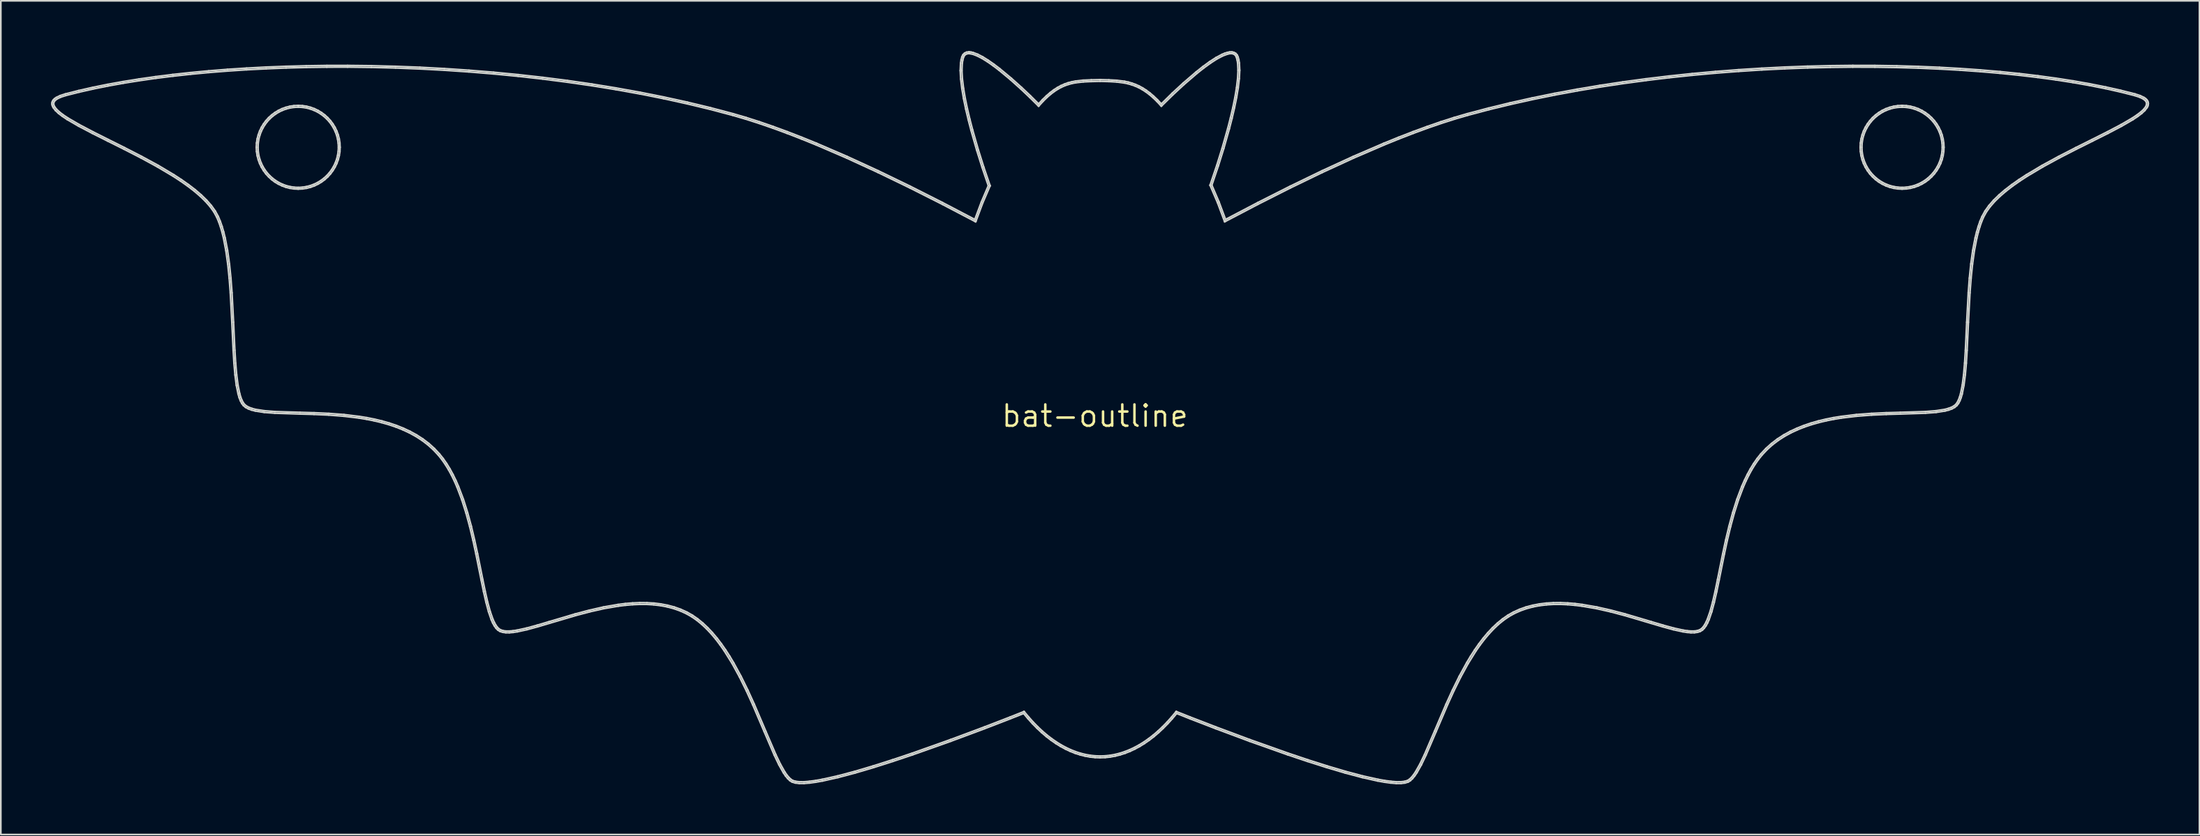
<source format=kicad_pcb>
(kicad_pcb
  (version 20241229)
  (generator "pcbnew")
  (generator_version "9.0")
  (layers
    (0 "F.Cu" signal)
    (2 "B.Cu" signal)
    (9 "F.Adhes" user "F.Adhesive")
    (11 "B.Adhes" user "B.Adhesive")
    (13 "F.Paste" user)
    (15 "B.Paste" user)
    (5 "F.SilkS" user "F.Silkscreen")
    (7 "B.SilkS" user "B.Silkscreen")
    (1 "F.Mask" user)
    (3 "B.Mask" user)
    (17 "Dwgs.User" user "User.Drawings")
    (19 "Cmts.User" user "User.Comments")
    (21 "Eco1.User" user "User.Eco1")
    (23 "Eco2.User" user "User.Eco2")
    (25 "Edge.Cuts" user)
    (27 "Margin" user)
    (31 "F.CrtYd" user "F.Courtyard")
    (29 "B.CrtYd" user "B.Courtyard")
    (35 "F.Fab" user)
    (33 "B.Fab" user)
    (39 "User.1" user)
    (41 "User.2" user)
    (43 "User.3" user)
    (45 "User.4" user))
  (footprint "bat-outline"
    (layer "F.Cu")
    (at 62.307 21.805)
    (property "Reference" "bat-outline" (at 0 0 0) (layer "F.SilkS") (effects (font (size 1.27 1.27) (thickness 0.15))))
    (attr through_hole)
    (fp_line (start -62.257 -18.669) (end -62.248 -18.587) (stroke (width 0.1) (type solid)) (layer "Edge.Cuts"))
    (fp_line (start -62.248 -18.587) (end -62.222 -18.504) (stroke (width 0.1) (type solid)) (layer "Edge.Cuts"))
    (fp_line (start -62.246 -18.749) (end -62.257 -18.669) (stroke (width 0.1) (type solid)) (layer "Edge.Cuts"))
    (fp_line (start -62.222 -18.504) (end -62.179 -18.421) (stroke (width 0.1) (type solid)) (layer "Edge.Cuts"))
    (fp_line (start -62.214 -18.826) (end -62.246 -18.749) (stroke (width 0.1) (type solid)) (layer "Edge.Cuts"))
    (fp_line (start -62.179 -18.421) (end -62.05 -18.254) (stroke (width 0.1) (type solid)) (layer "Edge.Cuts"))
    (fp_line (start -62.163 -18.898) (end -62.214 -18.826) (stroke (width 0.1) (type solid)) (layer "Edge.Cuts"))
    (fp_line (start -62.151 -18.606) (end -62.149 -18.723) (stroke (width 0.1) (type solid)) (layer "Edge.Cuts"))
    (fp_line (start -62.149 -18.723) (end -62.087 -18.834) (stroke (width 0.1) (type solid)) (layer "Edge.Cuts"))
    (fp_line (start -62.094 -18.473) (end -62.151 -18.606) (stroke (width 0.1) (type solid)) (layer "Edge.Cuts"))
    (fp_line (start -62.093 -18.965) (end -62.163 -18.898) (stroke (width 0.1) (type solid)) (layer "Edge.Cuts"))
    (fp_line (start -62.087 -18.834) (end -61.952 -18.943) (stroke (width 0.1) (type solid)) (layer "Edge.Cuts"))
    (fp_line (start -62.05 -18.254) (end -61.866 -18.082) (stroke (width 0.1) (type solid)) (layer "Edge.Cuts"))
    (fp_line (start -62.005 -19.028) (end -62.093 -18.965) (stroke (width 0.1) (type solid)) (layer "Edge.Cuts"))
    (fp_line (start -61.977 -18.323) (end -62.094 -18.473) (stroke (width 0.1) (type solid)) (layer "Edge.Cuts"))
    (fp_line (start -61.952 -18.943) (end -61.735 -19.049) (stroke (width 0.1) (type solid)) (layer "Edge.Cuts"))
    (fp_line (start -61.866 -18.082) (end -61.632 -17.903) (stroke (width 0.1) (type solid)) (layer "Edge.Cuts"))
    (fp_line (start -61.802 -18.159) (end -61.977 -18.323) (stroke (width 0.1) (type solid)) (layer "Edge.Cuts"))
    (fp_line (start -61.772 -19.142) (end -62.005 -19.028) (stroke (width 0.1) (type solid)) (layer "Edge.Cuts"))
    (fp_line (start -61.735 -19.049) (end -61.432 -19.147) (stroke (width 0.1) (type solid)) (layer "Edge.Cuts"))
    (fp_line (start -61.632 -17.903) (end -61.351 -17.715) (stroke (width 0.1) (type solid)) (layer "Edge.Cuts"))
    (fp_line (start -61.574 -17.985) (end -61.802 -18.159) (stroke (width 0.1) (type solid)) (layer "Edge.Cuts"))
    (fp_line (start -61.458 -19.243) (end -61.772 -19.142) (stroke (width 0.1) (type solid)) (layer "Edge.Cuts"))
    (fp_line (start -61.432 -19.147) (end -60.639 -19.348) (stroke (width 0.1) (type solid)) (layer "Edge.Cuts"))
    (fp_line (start -61.351 -17.715) (end -60.667 -17.318) (stroke (width 0.1) (type solid)) (layer "Edge.Cuts"))
    (fp_line (start -61.298 -17.801) (end -61.574 -17.985) (stroke (width 0.1) (type solid)) (layer "Edge.Cuts"))
    (fp_line (start -60.667 -17.318) (end -59.851 -16.889) (stroke (width 0.1) (type solid)) (layer "Edge.Cuts"))
    (fp_line (start -60.662 -19.445) (end -61.458 -19.243) (stroke (width 0.1) (type solid)) (layer "Edge.Cuts"))
    (fp_line (start -60.639 -19.348) (end -59.802 -19.537) (stroke (width 0.1) (type solid)) (layer "Edge.Cuts"))
    (fp_line (start -60.62 -17.407) (end -61.298 -17.801) (stroke (width 0.1) (type solid)) (layer "Edge.Cuts"))
    (fp_line (start -59.851 -16.889) (end -58.937 -16.43) (stroke (width 0.1) (type solid)) (layer "Edge.Cuts"))
    (fp_line (start -59.823 -19.635) (end -60.662 -19.445) (stroke (width 0.1) (type solid)) (layer "Edge.Cuts"))
    (fp_line (start -59.806 -16.979) (end -60.62 -17.407) (stroke (width 0.1) (type solid)) (layer "Edge.Cuts"))
    (fp_line (start -59.802 -19.537) (end -58.924 -19.715) (stroke (width 0.1) (type solid)) (layer "Edge.Cuts"))
    (fp_line (start -58.943 -19.813) (end -59.823 -19.635) (stroke (width 0.1) (type solid)) (layer "Edge.Cuts"))
    (fp_line (start -58.937 -16.43) (end -57.961 -15.942) (stroke (width 0.1) (type solid)) (layer "Edge.Cuts"))
    (fp_line (start -58.924 -19.715) (end -58.006 -19.881) (stroke (width 0.1) (type solid)) (layer "Edge.Cuts"))
    (fp_line (start -58.892 -16.519) (end -59.806 -16.979) (stroke (width 0.1) (type solid)) (layer "Edge.Cuts"))
    (fp_line (start -58.023 -19.979) (end -58.943 -19.813) (stroke (width 0.1) (type solid)) (layer "Edge.Cuts"))
    (fp_line (start -58.006 -19.881) (end -57.05 -20.034) (stroke (width 0.1) (type solid)) (layer "Edge.Cuts"))
    (fp_line (start -57.961 -15.942) (end -56.958 -15.427) (stroke (width 0.1) (type solid)) (layer "Edge.Cuts"))
    (fp_line (start -57.916 -16.031) (end -58.892 -16.519) (stroke (width 0.1) (type solid)) (layer "Edge.Cuts"))
    (fp_line (start -57.065 -20.133) (end -58.023 -19.979) (stroke (width 0.1) (type solid)) (layer "Edge.Cuts"))
    (fp_line (start -57.05 -20.034) (end -56.059 -20.176) (stroke (width 0.1) (type solid)) (layer "Edge.Cuts"))
    (fp_line (start -56.958 -15.427) (end -55.966 -14.886) (stroke (width 0.1) (type solid)) (layer "Edge.Cuts"))
    (fp_line (start -56.912 -15.515) (end -57.916 -16.031) (stroke (width 0.1) (type solid)) (layer "Edge.Cuts"))
    (fp_line (start -56.072 -20.275) (end -57.065 -20.133) (stroke (width 0.1) (type solid)) (layer "Edge.Cuts"))
    (fp_line (start -56.059 -20.176) (end -55.033 -20.304) (stroke (width 0.1) (type solid)) (layer "Edge.Cuts"))
    (fp_line (start -55.966 -14.886) (end -55.02 -14.322) (stroke (width 0.1) (type solid)) (layer "Edge.Cuts"))
    (fp_line (start -55.916 -14.974) (end -56.912 -15.515) (stroke (width 0.1) (type solid)) (layer "Edge.Cuts"))
    (fp_line (start -55.045 -20.404) (end -56.072 -20.275) (stroke (width 0.1) (type solid)) (layer "Edge.Cuts"))
    (fp_line (start -55.033 -20.304) (end -53.976 -20.42) (stroke (width 0.1) (type solid)) (layer "Edge.Cuts"))
    (fp_line (start -55.02 -14.322) (end -54.575 -14.032) (stroke (width 0.1) (type solid)) (layer "Edge.Cuts"))
    (fp_line (start -54.966 -14.407) (end -55.916 -14.974) (stroke (width 0.1) (type solid)) (layer "Edge.Cuts"))
    (fp_line (start -54.575 -14.032) (end -54.156 -13.737) (stroke (width 0.1) (type solid)) (layer "Edge.Cuts"))
    (fp_line (start -54.519 -14.115) (end -54.966 -14.407) (stroke (width 0.1) (type solid)) (layer "Edge.Cuts"))
    (fp_line (start -54.156 -13.737) (end -53.766 -13.437) (stroke (width 0.1) (type solid)) (layer "Edge.Cuts"))
    (fp_line (start -54.096 -13.818) (end -54.519 -14.115) (stroke (width 0.1) (type solid)) (layer "Edge.Cuts"))
    (fp_line (start -53.986 -20.519) (end -55.045 -20.404) (stroke (width 0.1) (type solid)) (layer "Edge.Cuts"))
    (fp_line (start -53.976 -20.42) (end -52.889 -20.522) (stroke (width 0.1) (type solid)) (layer "Edge.Cuts"))
    (fp_line (start -53.766 -13.437) (end -53.41 -13.132) (stroke (width 0.1) (type solid)) (layer "Edge.Cuts"))
    (fp_line (start -53.702 -13.515) (end -54.096 -13.818) (stroke (width 0.1) (type solid)) (layer "Edge.Cuts"))
    (fp_line (start -53.41 -13.132) (end -53.093 -12.823) (stroke (width 0.1) (type solid)) (layer "Edge.Cuts"))
    (fp_line (start -53.342 -13.207) (end -53.702 -13.515) (stroke (width 0.1) (type solid)) (layer "Edge.Cuts"))
    (fp_line (start -53.093 -12.823) (end -52.819 -12.511) (stroke (width 0.1) (type solid)) (layer "Edge.Cuts"))
    (fp_line (start -53.02 -12.893) (end -53.342 -13.207) (stroke (width 0.1) (type solid)) (layer "Edge.Cuts"))
    (fp_line (start -52.898 -20.622) (end -53.986 -20.519) (stroke (width 0.1) (type solid)) (layer "Edge.Cuts"))
    (fp_line (start -52.889 -20.522) (end -51.775 -20.611) (stroke (width 0.1) (type solid)) (layer "Edge.Cuts"))
    (fp_line (start -52.819 -12.511) (end -52.593 -12.195) (stroke (width 0.1) (type solid)) (layer "Edge.Cuts"))
    (fp_line (start -52.74 -12.573) (end -53.02 -12.893) (stroke (width 0.1) (type solid)) (layer "Edge.Cuts"))
    (fp_line (start -52.593 -12.195) (end -52.419 -11.877) (stroke (width 0.1) (type solid)) (layer "Edge.Cuts"))
    (fp_line (start -52.508 -12.249) (end -52.74 -12.573) (stroke (width 0.1) (type solid)) (layer "Edge.Cuts"))
    (fp_line (start -52.419 -11.877) (end -52.303 -11.599) (stroke (width 0.1) (type solid)) (layer "Edge.Cuts"))
    (fp_line (start -52.328 -11.918) (end -52.508 -12.249) (stroke (width 0.1) (type solid)) (layer "Edge.Cuts"))
    (fp_line (start -52.303 -11.599) (end -52.197 -11.296) (stroke (width 0.1) (type solid)) (layer "Edge.Cuts"))
    (fp_line (start -52.209 -11.634) (end -52.328 -11.918) (stroke (width 0.1) (type solid)) (layer "Edge.Cuts"))
    (fp_line (start -52.197 -11.296) (end -52.103 -10.971) (stroke (width 0.1) (type solid)) (layer "Edge.Cuts"))
    (fp_line (start -52.103 -10.971) (end -52.018 -10.625) (stroke (width 0.1) (type solid)) (layer "Edge.Cuts"))
    (fp_line (start -52.101 -11.325) (end -52.209 -11.634) (stroke (width 0.1) (type solid)) (layer "Edge.Cuts"))
    (fp_line (start -52.018 -10.625) (end -51.875 -9.88) (stroke (width 0.1) (type solid)) (layer "Edge.Cuts"))
    (fp_line (start -52.005 -10.995) (end -52.101 -11.325) (stroke (width 0.1) (type solid)) (layer "Edge.Cuts"))
    (fp_line (start -51.919 -10.645) (end -52.005 -10.995) (stroke (width 0.1) (type solid)) (layer "Edge.Cuts"))
    (fp_line (start -51.875 -9.88) (end -51.763 -9.076) (stroke (width 0.1) (type solid)) (layer "Edge.Cuts"))
    (fp_line (start -51.782 -20.711) (end -52.898 -20.622) (stroke (width 0.1) (type solid)) (layer "Edge.Cuts"))
    (fp_line (start -51.775 -20.611) (end -50.634 -20.686) (stroke (width 0.1) (type solid)) (layer "Edge.Cuts"))
    (fp_line (start -51.774 -9.894) (end -51.919 -10.645) (stroke (width 0.1) (type solid)) (layer "Edge.Cuts"))
    (fp_line (start -51.763 -9.076) (end -51.676 -8.231) (stroke (width 0.1) (type solid)) (layer "Edge.Cuts"))
    (fp_line (start -51.676 -8.231) (end -51.61 -7.359) (stroke (width 0.1) (type solid)) (layer "Edge.Cuts"))
    (fp_line (start -51.661 -9.086) (end -51.774 -9.894) (stroke (width 0.1) (type solid)) (layer "Edge.Cuts"))
    (fp_line (start -51.61 -7.359) (end -51.517 -5.599) (stroke (width 0.1) (type solid)) (layer "Edge.Cuts"))
    (fp_line (start -51.575 -8.238) (end -51.661 -9.086) (stroke (width 0.1) (type solid)) (layer "Edge.Cuts"))
    (fp_line (start -51.517 -5.599) (end -51.438 -3.923) (stroke (width 0.1) (type solid)) (layer "Edge.Cuts"))
    (fp_line (start -51.509 -7.364) (end -51.575 -8.238) (stroke (width 0.1) (type solid)) (layer "Edge.Cuts"))
    (fp_line (start -51.438 -3.923) (end -51.391 -3.155) (stroke (width 0.1) (type solid)) (layer "Edge.Cuts"))
    (fp_line (start -51.417 -5.603) (end -51.509 -7.364) (stroke (width 0.1) (type solid)) (layer "Edge.Cuts"))
    (fp_line (start -51.391 -3.155) (end -51.33 -2.454) (stroke (width 0.1) (type solid)) (layer "Edge.Cuts"))
    (fp_line (start -51.339 -3.928) (end -51.417 -5.603) (stroke (width 0.1) (type solid)) (layer "Edge.Cuts"))
    (fp_line (start -51.33 -2.454) (end -51.251 -1.836) (stroke (width 0.1) (type solid)) (layer "Edge.Cuts"))
    (fp_line (start -51.291 -3.162) (end -51.339 -3.928) (stroke (width 0.1) (type solid)) (layer "Edge.Cuts"))
    (fp_line (start -51.251 -1.836) (end -51.146 -1.316) (stroke (width 0.1) (type solid)) (layer "Edge.Cuts"))
    (fp_line (start -51.231 -2.464) (end -51.291 -3.162) (stroke (width 0.1) (type solid)) (layer "Edge.Cuts"))
    (fp_line (start -51.152 -1.852) (end -51.231 -2.464) (stroke (width 0.1) (type solid)) (layer "Edge.Cuts"))
    (fp_line (start -51.146 -1.316) (end -51.083 -1.096) (stroke (width 0.1) (type solid)) (layer "Edge.Cuts"))
    (fp_line (start -51.083 -1.096) (end -51.01 -0.907) (stroke (width 0.1) (type solid)) (layer "Edge.Cuts"))
    (fp_line (start -51.049 -1.34) (end -51.152 -1.852) (stroke (width 0.1) (type solid)) (layer "Edge.Cuts"))
    (fp_line (start -51.01 -0.907) (end -50.927 -0.749) (stroke (width 0.1) (type solid)) (layer "Edge.Cuts"))
    (fp_line (start -50.987 -1.128) (end -51.049 -1.34) (stroke (width 0.1) (type solid)) (layer "Edge.Cuts"))
    (fp_line (start -50.927 -0.749) (end -50.832 -0.623) (stroke (width 0.1) (type solid)) (layer "Edge.Cuts"))
    (fp_line (start -50.918 -0.948) (end -50.987 -1.128) (stroke (width 0.1) (type solid)) (layer "Edge.Cuts"))
    (fp_line (start -50.842 -0.801) (end -50.918 -0.948) (stroke (width 0.1) (type solid)) (layer "Edge.Cuts"))
    (fp_line (start -50.832 -0.623) (end -50.702 -0.515) (stroke (width 0.1) (type solid)) (layer "Edge.Cuts"))
    (fp_line (start -50.759 -0.691) (end -50.842 -0.801) (stroke (width 0.1) (type solid)) (layer "Edge.Cuts"))
    (fp_line (start -50.702 -0.515) (end -50.538 -0.426) (stroke (width 0.1) (type solid)) (layer "Edge.Cuts"))
    (fp_line (start -50.646 -0.598) (end -50.759 -0.691) (stroke (width 0.1) (type solid)) (layer "Edge.Cuts"))
    (fp_line (start -50.64 -20.786) (end -51.782 -20.711) (stroke (width 0.1) (type solid)) (layer "Edge.Cuts"))
    (fp_line (start -50.634 -20.686) (end -49.469 -20.746) (stroke (width 0.1) (type solid)) (layer "Edge.Cuts"))
    (fp_line (start -50.538 -0.426) (end -50.343 -0.354) (stroke (width 0.1) (type solid)) (layer "Edge.Cuts"))
    (fp_line (start -50.497 -0.518) (end -50.646 -0.598) (stroke (width 0.1) (type solid)) (layer "Edge.Cuts"))
    (fp_line (start -50.343 -0.354) (end -50.118 -0.296) (stroke (width 0.1) (type solid)) (layer "Edge.Cuts"))
    (fp_line (start -50.313 -0.45) (end -50.497 -0.518) (stroke (width 0.1) (type solid)) (layer "Edge.Cuts"))
    (fp_line (start -50.118 -0.296) (end -49.585 -0.213) (stroke (width 0.1) (type solid)) (layer "Edge.Cuts"))
    (fp_line (start -50.097 -0.394) (end -50.313 -0.45) (stroke (width 0.1) (type solid)) (layer "Edge.Cuts"))
    (fp_line (start -50.057 -16.055) (end -50.044 -15.8) (stroke (width 0.1) (type solid)) (layer "Edge.Cuts"))
    (fp_line (start -50.044 -16.311) (end -50.057 -16.055) (stroke (width 0.1) (type solid)) (layer "Edge.Cuts"))
    (fp_line (start -50.044 -15.8) (end -50.006 -15.552) (stroke (width 0.1) (type solid)) (layer "Edge.Cuts"))
    (fp_line (start -50.006 -16.559) (end -50.044 -16.311) (stroke (width 0.1) (type solid)) (layer "Edge.Cuts"))
    (fp_line (start -50.006 -15.552) (end -49.944 -15.312) (stroke (width 0.1) (type solid)) (layer "Edge.Cuts"))
    (fp_line (start -49.957 -16.055) (end -49.945 -16.301) (stroke (width 0.1) (type solid)) (layer "Edge.Cuts"))
    (fp_line (start -49.945 -16.301) (end -49.908 -16.539) (stroke (width 0.1) (type solid)) (layer "Edge.Cuts"))
    (fp_line (start -49.945 -15.81) (end -49.957 -16.055) (stroke (width 0.1) (type solid)) (layer "Edge.Cuts"))
    (fp_line (start -49.944 -16.798) (end -50.006 -16.559) (stroke (width 0.1) (type solid)) (layer "Edge.Cuts"))
    (fp_line (start -49.944 -15.312) (end -49.86 -15.082) (stroke (width 0.1) (type solid)) (layer "Edge.Cuts"))
    (fp_line (start -49.908 -16.539) (end -49.849 -16.769) (stroke (width 0.1) (type solid)) (layer "Edge.Cuts"))
    (fp_line (start -49.908 -15.571) (end -49.945 -15.81) (stroke (width 0.1) (type solid)) (layer "Edge.Cuts"))
    (fp_line (start -49.86 -17.028) (end -49.944 -16.798) (stroke (width 0.1) (type solid)) (layer "Edge.Cuts"))
    (fp_line (start -49.86 -15.082) (end -49.755 -14.864) (stroke (width 0.1) (type solid)) (layer "Edge.Cuts"))
    (fp_line (start -49.849 -16.769) (end -49.768 -16.989) (stroke (width 0.1) (type solid)) (layer "Edge.Cuts"))
    (fp_line (start -49.849 -15.341) (end -49.908 -15.571) (stroke (width 0.1) (type solid)) (layer "Edge.Cuts"))
    (fp_line (start -49.768 -16.989) (end -49.667 -17.199) (stroke (width 0.1) (type solid)) (layer "Edge.Cuts"))
    (fp_line (start -49.768 -15.121) (end -49.849 -15.341) (stroke (width 0.1) (type solid)) (layer "Edge.Cuts"))
    (fp_line (start -49.755 -17.247) (end -49.86 -17.028) (stroke (width 0.1) (type solid)) (layer "Edge.Cuts"))
    (fp_line (start -49.755 -14.864) (end -49.629 -14.658) (stroke (width 0.1) (type solid)) (layer "Edge.Cuts"))
    (fp_line (start -49.667 -17.199) (end -49.547 -17.397) (stroke (width 0.1) (type solid)) (layer "Edge.Cuts"))
    (fp_line (start -49.667 -14.911) (end -49.768 -15.121) (stroke (width 0.1) (type solid)) (layer "Edge.Cuts"))
    (fp_line (start -49.629 -17.453) (end -49.755 -17.247) (stroke (width 0.1) (type solid)) (layer "Edge.Cuts"))
    (fp_line (start -49.629 -14.658) (end -49.486 -14.465) (stroke (width 0.1) (type solid)) (layer "Edge.Cuts"))
    (fp_line (start -49.585 -0.213) (end -48.954 -0.165) (stroke (width 0.1) (type solid)) (layer "Edge.Cuts"))
    (fp_line (start -49.575 -0.313) (end -50.097 -0.394) (stroke (width 0.1) (type solid)) (layer "Edge.Cuts"))
    (fp_line (start -49.547 -17.397) (end -49.409 -17.582) (stroke (width 0.1) (type solid)) (layer "Edge.Cuts"))
    (fp_line (start -49.547 -14.713) (end -49.667 -14.911) (stroke (width 0.1) (type solid)) (layer "Edge.Cuts"))
    (fp_line (start -49.486 -17.645) (end -49.629 -17.453) (stroke (width 0.1) (type solid)) (layer "Edge.Cuts"))
    (fp_line (start -49.486 -14.465) (end -49.324 -14.288) (stroke (width 0.1) (type solid)) (layer "Edge.Cuts"))
    (fp_line (start -49.474 -20.847) (end -50.64 -20.786) (stroke (width 0.1) (type solid)) (layer "Edge.Cuts"))
    (fp_line (start -49.469 -20.746) (end -48.283 -20.793) (stroke (width 0.1) (type solid)) (layer "Edge.Cuts"))
    (fp_line (start -49.409 -17.582) (end -49.254 -17.752) (stroke (width 0.1) (type solid)) (layer "Edge.Cuts"))
    (fp_line (start -49.409 -14.528) (end -49.547 -14.713) (stroke (width 0.1) (type solid)) (layer "Edge.Cuts"))
    (fp_line (start -49.324 -17.823) (end -49.486 -17.645) (stroke (width 0.1) (type solid)) (layer "Edge.Cuts"))
    (fp_line (start -49.324 -14.288) (end -49.147 -14.126) (stroke (width 0.1) (type solid)) (layer "Edge.Cuts"))
    (fp_line (start -49.254 -17.752) (end -49.084 -17.906) (stroke (width 0.1) (type solid)) (layer "Edge.Cuts"))
    (fp_line (start -49.254 -14.358) (end -49.409 -14.528) (stroke (width 0.1) (type solid)) (layer "Edge.Cuts"))
    (fp_line (start -49.147 -17.984) (end -49.324 -17.823) (stroke (width 0.1) (type solid)) (layer "Edge.Cuts"))
    (fp_line (start -49.147 -14.126) (end -48.954 -13.982) (stroke (width 0.1) (type solid)) (layer "Edge.Cuts"))
    (fp_line (start -49.084 -17.906) (end -48.899 -18.044) (stroke (width 0.1) (type solid)) (layer "Edge.Cuts"))
    (fp_line (start -49.084 -14.203) (end -49.254 -14.358) (stroke (width 0.1) (type solid)) (layer "Edge.Cuts"))
    (fp_line (start -48.954 -18.128) (end -49.147 -17.984) (stroke (width 0.1) (type solid)) (layer "Edge.Cuts"))
    (fp_line (start -48.954 -13.982) (end -48.748 -13.857) (stroke (width 0.1) (type solid)) (layer "Edge.Cuts"))
    (fp_line (start -48.954 -0.165) (end -47.453 -0.117) (stroke (width 0.1) (type solid)) (layer "Edge.Cuts"))
    (fp_line (start -48.949 -0.264) (end -49.575 -0.313) (stroke (width 0.1) (type solid)) (layer "Edge.Cuts"))
    (fp_line (start -48.899 -18.044) (end -48.701 -18.165) (stroke (width 0.1) (type solid)) (layer "Edge.Cuts"))
    (fp_line (start -48.899 -14.065) (end -49.084 -14.203) (stroke (width 0.1) (type solid)) (layer "Edge.Cuts"))
    (fp_line (start -48.748 -18.253) (end -48.954 -18.128) (stroke (width 0.1) (type solid)) (layer "Edge.Cuts"))
    (fp_line (start -48.748 -13.857) (end -48.529 -13.752) (stroke (width 0.1) (type solid)) (layer "Edge.Cuts"))
    (fp_line (start -48.701 -18.165) (end -48.491 -18.265) (stroke (width 0.1) (type solid)) (layer "Edge.Cuts"))
    (fp_line (start -48.701 -13.944) (end -48.899 -14.065) (stroke (width 0.1) (type solid)) (layer "Edge.Cuts"))
    (fp_line (start -48.529 -18.359) (end -48.748 -18.253) (stroke (width 0.1) (type solid)) (layer "Edge.Cuts"))
    (fp_line (start -48.529 -13.752) (end -48.3 -13.668) (stroke (width 0.1) (type solid)) (layer "Edge.Cuts"))
    (fp_line (start -48.491 -18.265) (end -48.27 -18.346) (stroke (width 0.1) (type solid)) (layer "Edge.Cuts"))
    (fp_line (start -48.491 -13.844) (end -48.701 -13.944) (stroke (width 0.1) (type solid)) (layer "Edge.Cuts"))
    (fp_line (start -48.3 -18.443) (end -48.529 -18.359) (stroke (width 0.1) (type solid)) (layer "Edge.Cuts"))
    (fp_line (start -48.3 -13.668) (end -48.06 -13.606) (stroke (width 0.1) (type solid)) (layer "Edge.Cuts"))
    (fp_line (start -48.286 -20.893) (end -49.474 -20.847) (stroke (width 0.1) (type solid)) (layer "Edge.Cuts"))
    (fp_line (start -48.283 -20.793) (end -47.076 -20.825) (stroke (width 0.1) (type solid)) (layer "Edge.Cuts"))
    (fp_line (start -48.27 -18.346) (end -48.04 -18.405) (stroke (width 0.1) (type solid)) (layer "Edge.Cuts"))
    (fp_line (start -48.27 -13.763) (end -48.491 -13.844) (stroke (width 0.1) (type solid)) (layer "Edge.Cuts"))
    (fp_line (start -48.06 -18.504) (end -48.3 -18.443) (stroke (width 0.1) (type solid)) (layer "Edge.Cuts"))
    (fp_line (start -48.06 -13.606) (end -47.812 -13.568) (stroke (width 0.1) (type solid)) (layer "Edge.Cuts"))
    (fp_line (start -48.04 -18.405) (end -47.802 -18.441) (stroke (width 0.1) (type solid)) (layer "Edge.Cuts"))
    (fp_line (start -48.04 -13.704) (end -48.27 -13.763) (stroke (width 0.1) (type solid)) (layer "Edge.Cuts"))
    (fp_line (start -47.812 -18.542) (end -48.06 -18.504) (stroke (width 0.1) (type solid)) (layer "Edge.Cuts"))
    (fp_line (start -47.812 -13.568) (end -47.557 -13.555) (stroke (width 0.1) (type solid)) (layer "Edge.Cuts"))
    (fp_line (start -47.802 -18.441) (end -47.557 -18.454) (stroke (width 0.1) (type solid)) (layer "Edge.Cuts"))
    (fp_line (start -47.802 -13.667) (end -48.04 -13.704) (stroke (width 0.1) (type solid)) (layer "Edge.Cuts"))
    (fp_line (start -47.557 -18.555) (end -47.812 -18.542) (stroke (width 0.1) (type solid)) (layer "Edge.Cuts"))
    (fp_line (start -47.557 -18.555) (end -47.557 -18.555) (stroke (width 0.1) (type solid)) (layer "Edge.Cuts"))
    (fp_line (start -47.557 -18.555) (end -47.557 -18.454) (stroke (width 0.1) (type solid)) (layer "Edge.Cuts"))
    (fp_line (start -47.557 -18.454) (end -47.557 -18.555) (stroke (width 0.1) (type solid)) (layer "Edge.Cuts"))
    (fp_line (start -47.557 -18.454) (end -47.557 -18.454) (stroke (width 0.1) (type solid)) (layer "Edge.Cuts"))
    (fp_line (start -47.557 -18.454) (end -47.311 -18.441) (stroke (width 0.1) (type solid)) (layer "Edge.Cuts"))
    (fp_line (start -47.557 -13.655) (end -47.802 -13.667) (stroke (width 0.1) (type solid)) (layer "Edge.Cuts"))
    (fp_line (start -47.557 -13.555) (end -47.301 -13.568) (stroke (width 0.1) (type solid)) (layer "Edge.Cuts"))
    (fp_line (start -47.453 -0.117) (end -46.614 -0.094) (stroke (width 0.1) (type solid)) (layer "Edge.Cuts"))
    (fp_line (start -47.45 -0.217) (end -48.949 -0.264) (stroke (width 0.1) (type solid)) (layer "Edge.Cuts"))
    (fp_line (start -47.311 -18.441) (end -47.073 -18.405) (stroke (width 0.1) (type solid)) (layer "Edge.Cuts"))
    (fp_line (start -47.311 -13.667) (end -47.557 -13.655) (stroke (width 0.1) (type solid)) (layer "Edge.Cuts"))
    (fp_line (start -47.301 -18.542) (end -47.557 -18.555) (stroke (width 0.1) (type solid)) (layer "Edge.Cuts"))
    (fp_line (start -47.301 -13.568) (end -47.053 -13.606) (stroke (width 0.1) (type solid)) (layer "Edge.Cuts"))
    (fp_line (start -47.078 -20.925) (end -48.286 -20.893) (stroke (width 0.1) (type solid)) (layer "Edge.Cuts"))
    (fp_line (start -47.076 -20.825) (end -45.852 -20.842) (stroke (width 0.1) (type solid)) (layer "Edge.Cuts"))
    (fp_line (start -47.073 -18.405) (end -46.843 -18.346) (stroke (width 0.1) (type solid)) (layer "Edge.Cuts"))
    (fp_line (start -47.073 -13.704) (end -47.311 -13.667) (stroke (width 0.1) (type solid)) (layer "Edge.Cuts"))
    (fp_line (start -47.053 -18.504) (end -47.301 -18.542) (stroke (width 0.1) (type solid)) (layer "Edge.Cuts"))
    (fp_line (start -47.053 -13.606) (end -46.813 -13.668) (stroke (width 0.1) (type solid)) (layer "Edge.Cuts"))
    (fp_line (start -46.843 -18.346) (end -46.622 -18.265) (stroke (width 0.1) (type solid)) (layer "Edge.Cuts"))
    (fp_line (start -46.843 -13.763) (end -47.073 -13.704) (stroke (width 0.1) (type solid)) (layer "Edge.Cuts"))
    (fp_line (start -46.813 -18.443) (end -47.053 -18.504) (stroke (width 0.1) (type solid)) (layer "Edge.Cuts"))
    (fp_line (start -46.813 -13.668) (end -46.584 -13.752) (stroke (width 0.1) (type solid)) (layer "Edge.Cuts"))
    (fp_line (start -46.622 -18.265) (end -46.412 -18.165) (stroke (width 0.1) (type solid)) (layer "Edge.Cuts"))
    (fp_line (start -46.622 -13.844) (end -46.843 -13.763) (stroke (width 0.1) (type solid)) (layer "Edge.Cuts"))
    (fp_line (start -46.614 -0.094) (end -45.736 -0.054) (stroke (width 0.1) (type solid)) (layer "Edge.Cuts"))
    (fp_line (start -46.61 -0.194) (end -47.45 -0.217) (stroke (width 0.1) (type solid)) (layer "Edge.Cuts"))
    (fp_line (start -46.584 -18.359) (end -46.813 -18.443) (stroke (width 0.1) (type solid)) (layer "Edge.Cuts"))
    (fp_line (start -46.584 -13.752) (end -46.365 -13.857) (stroke (width 0.1) (type solid)) (layer "Edge.Cuts"))
    (fp_line (start -46.412 -18.165) (end -46.214 -18.044) (stroke (width 0.1) (type solid)) (layer "Edge.Cuts"))
    (fp_line (start -46.412 -13.944) (end -46.622 -13.844) (stroke (width 0.1) (type solid)) (layer "Edge.Cuts"))
    (fp_line (start -46.365 -18.253) (end -46.584 -18.359) (stroke (width 0.1) (type solid)) (layer "Edge.Cuts"))
    (fp_line (start -46.365 -13.857) (end -46.159 -13.982) (stroke (width 0.1) (type solid)) (layer "Edge.Cuts"))
    (fp_line (start -46.214 -18.044) (end -46.029 -17.906) (stroke (width 0.1) (type solid)) (layer "Edge.Cuts"))
    (fp_line (start -46.214 -14.065) (end -46.412 -13.944) (stroke (width 0.1) (type solid)) (layer "Edge.Cuts"))
    (fp_line (start -46.159 -18.128) (end -46.365 -18.253) (stroke (width 0.1) (type solid)) (layer "Edge.Cuts"))
    (fp_line (start -46.159 -13.982) (end -45.967 -14.126) (stroke (width 0.1) (type solid)) (layer "Edge.Cuts"))
    (fp_line (start -46.029 -17.906) (end -45.859 -17.752) (stroke (width 0.1) (type solid)) (layer "Edge.Cuts"))
    (fp_line (start -46.029 -14.203) (end -46.214 -14.065) (stroke (width 0.1) (type solid)) (layer "Edge.Cuts"))
    (fp_line (start -45.967 -17.984) (end -46.159 -18.128) (stroke (width 0.1) (type solid)) (layer "Edge.Cuts"))
    (fp_line (start -45.967 -14.126) (end -45.789 -14.288) (stroke (width 0.1) (type solid)) (layer "Edge.Cuts"))
    (fp_line (start -45.859 -17.752) (end -45.704 -17.582) (stroke (width 0.1) (type solid)) (layer "Edge.Cuts"))
    (fp_line (start -45.859 -14.358) (end -46.029 -14.203) (stroke (width 0.1) (type solid)) (layer "Edge.Cuts"))
    (fp_line (start -45.853 -20.943) (end -47.078 -20.925) (stroke (width 0.1) (type solid)) (layer "Edge.Cuts"))
    (fp_line (start -45.852 -20.842) (end -44.611 -20.845) (stroke (width 0.1) (type solid)) (layer "Edge.Cuts"))
    (fp_line (start -45.789 -17.823) (end -45.967 -17.984) (stroke (width 0.1) (type solid)) (layer "Edge.Cuts"))
    (fp_line (start -45.789 -14.288) (end -45.628 -14.465) (stroke (width 0.1) (type solid)) (layer "Edge.Cuts"))
    (fp_line (start -45.736 -0.054) (end -44.836 0.015) (stroke (width 0.1) (type solid)) (layer "Edge.Cuts"))
    (fp_line (start -45.73 -0.154) (end -46.61 -0.194) (stroke (width 0.1) (type solid)) (layer "Edge.Cuts"))
    (fp_line (start -45.704 -17.582) (end -45.566 -17.397) (stroke (width 0.1) (type solid)) (layer "Edge.Cuts"))
    (fp_line (start -45.704 -14.528) (end -45.859 -14.358) (stroke (width 0.1) (type solid)) (layer "Edge.Cuts"))
    (fp_line (start -45.628 -17.645) (end -45.789 -17.823) (stroke (width 0.1) (type solid)) (layer "Edge.Cuts"))
    (fp_line (start -45.628 -14.465) (end -45.484 -14.658) (stroke (width 0.1) (type solid)) (layer "Edge.Cuts"))
    (fp_line (start -45.566 -17.397) (end -45.446 -17.199) (stroke (width 0.1) (type solid)) (layer "Edge.Cuts"))
    (fp_line (start -45.566 -14.713) (end -45.704 -14.528) (stroke (width 0.1) (type solid)) (layer "Edge.Cuts"))
    (fp_line (start -45.484 -17.453) (end -45.628 -17.645) (stroke (width 0.1) (type solid)) (layer "Edge.Cuts"))
    (fp_line (start -45.484 -14.658) (end -45.358 -14.864) (stroke (width 0.1) (type solid)) (layer "Edge.Cuts"))
    (fp_line (start -45.446 -17.199) (end -45.345 -16.989) (stroke (width 0.1) (type solid)) (layer "Edge.Cuts"))
    (fp_line (start -45.446 -14.911) (end -45.566 -14.713) (stroke (width 0.1) (type solid)) (layer "Edge.Cuts"))
    (fp_line (start -45.358 -17.247) (end -45.484 -17.453) (stroke (width 0.1) (type solid)) (layer "Edge.Cuts"))
    (fp_line (start -45.358 -14.864) (end -45.253 -15.082) (stroke (width 0.1) (type solid)) (layer "Edge.Cuts"))
    (fp_line (start -45.345 -16.989) (end -45.264 -16.769) (stroke (width 0.1) (type solid)) (layer "Edge.Cuts"))
    (fp_line (start -45.345 -15.121) (end -45.446 -14.911) (stroke (width 0.1) (type solid)) (layer "Edge.Cuts"))
    (fp_line (start -45.264 -16.769) (end -45.205 -16.539) (stroke (width 0.1) (type solid)) (layer "Edge.Cuts"))
    (fp_line (start -45.264 -15.341) (end -45.345 -15.121) (stroke (width 0.1) (type solid)) (layer "Edge.Cuts"))
    (fp_line (start -45.253 -17.028) (end -45.358 -17.247) (stroke (width 0.1) (type solid)) (layer "Edge.Cuts"))
    (fp_line (start -45.253 -15.082) (end -45.169 -15.312) (stroke (width 0.1) (type solid)) (layer "Edge.Cuts"))
    (fp_line (start -45.205 -16.539) (end -45.169 -16.301) (stroke (width 0.1) (type solid)) (layer "Edge.Cuts"))
    (fp_line (start -45.205 -15.571) (end -45.264 -15.341) (stroke (width 0.1) (type solid)) (layer "Edge.Cuts"))
    (fp_line (start -45.169 -16.798) (end -45.253 -17.028) (stroke (width 0.1) (type solid)) (layer "Edge.Cuts"))
    (fp_line (start -45.169 -15.312) (end -45.107 -15.552) (stroke (width 0.1) (type solid)) (layer "Edge.Cuts"))
    (fp_line (start -45.169 -16.301) (end -45.156 -16.055) (stroke (width 0.1) (type solid)) (layer "Edge.Cuts"))
    (fp_line (start -45.169 -15.81) (end -45.205 -15.571) (stroke (width 0.1) (type solid)) (layer "Edge.Cuts"))
    (fp_line (start -45.156 -16.055) (end -45.169 -15.81) (stroke (width 0.1) (type solid)) (layer "Edge.Cuts"))
    (fp_line (start -45.107 -16.559) (end -45.169 -16.798) (stroke (width 0.1) (type solid)) (layer "Edge.Cuts"))
    (fp_line (start -45.107 -15.552) (end -45.069 -15.8) (stroke (width 0.1) (type solid)) (layer "Edge.Cuts"))
    (fp_line (start -45.069 -16.311) (end -45.107 -16.559) (stroke (width 0.1) (type solid)) (layer "Edge.Cuts"))
    (fp_line (start -45.069 -15.8) (end -45.057 -16.055) (stroke (width 0.1) (type solid)) (layer "Edge.Cuts"))
    (fp_line (start -45.057 -16.055) (end -45.069 -16.311) (stroke (width 0.1) (type solid)) (layer "Edge.Cuts"))
    (fp_line (start -44.836 0.015) (end -43.928 0.125) (stroke (width 0.1) (type solid)) (layer "Edge.Cuts"))
    (fp_line (start -44.825 -0.085) (end -45.73 -0.154) (stroke (width 0.1) (type solid)) (layer "Edge.Cuts"))
    (fp_line (start -44.611 -20.845) (end -43.188 -20.828) (stroke (width 0.1) (type solid)) (layer "Edge.Cuts"))
    (fp_line (start -44.611 -20.945) (end -45.853 -20.943) (stroke (width 0.1) (type solid)) (layer "Edge.Cuts"))
    (fp_line (start -43.928 0.125) (end -43.476 0.199) (stroke (width 0.1) (type solid)) (layer "Edge.Cuts"))
    (fp_line (start -43.912 0.026) (end -44.825 -0.085) (stroke (width 0.1) (type solid)) (layer "Edge.Cuts"))
    (fp_line (start -43.476 0.199) (end -43.029 0.288) (stroke (width 0.1) (type solid)) (layer "Edge.Cuts"))
    (fp_line (start -43.457 0.1) (end -43.912 0.026) (stroke (width 0.1) (type solid)) (layer "Edge.Cuts"))
    (fp_line (start -43.188 -20.828) (end -41.75 -20.792) (stroke (width 0.1) (type solid)) (layer "Edge.Cuts"))
    (fp_line (start -43.187 -20.929) (end -44.611 -20.945) (stroke (width 0.1) (type solid)) (layer "Edge.Cuts"))
    (fp_line (start -43.029 0.288) (end -42.587 0.394) (stroke (width 0.1) (type solid)) (layer "Edge.Cuts"))
    (fp_line (start -43.005 0.19) (end -43.457 0.1) (stroke (width 0.1) (type solid)) (layer "Edge.Cuts"))
    (fp_line (start -42.587 0.394) (end -42.153 0.517) (stroke (width 0.1) (type solid)) (layer "Edge.Cuts"))
    (fp_line (start -42.559 0.297) (end -43.005 0.19) (stroke (width 0.1) (type solid)) (layer "Edge.Cuts"))
    (fp_line (start -42.153 0.517) (end -41.729 0.66) (stroke (width 0.1) (type solid)) (layer "Edge.Cuts"))
    (fp_line (start -42.121 0.422) (end -42.559 0.297) (stroke (width 0.1) (type solid)) (layer "Edge.Cuts"))
    (fp_line (start -41.75 -20.792) (end -40.3 -20.736) (stroke (width 0.1) (type solid)) (layer "Edge.Cuts"))
    (fp_line (start -41.747 -20.892) (end -43.187 -20.929) (stroke (width 0.1) (type solid)) (layer "Edge.Cuts"))
    (fp_line (start -41.729 0.66) (end -41.317 0.824) (stroke (width 0.1) (type solid)) (layer "Edge.Cuts"))
    (fp_line (start -41.692 0.566) (end -42.121 0.422) (stroke (width 0.1) (type solid)) (layer "Edge.Cuts"))
    (fp_line (start -41.317 0.824) (end -40.918 1.011) (stroke (width 0.1) (type solid)) (layer "Edge.Cuts"))
    (fp_line (start -41.275 0.733) (end -41.692 0.566) (stroke (width 0.1) (type solid)) (layer "Edge.Cuts"))
    (fp_line (start -40.918 1.011) (end -40.535 1.221) (stroke (width 0.1) (type solid)) (layer "Edge.Cuts"))
    (fp_line (start -40.871 0.922) (end -41.275 0.733) (stroke (width 0.1) (type solid)) (layer "Edge.Cuts"))
    (fp_line (start -40.535 1.221) (end -40.17 1.457) (stroke (width 0.1) (type solid)) (layer "Edge.Cuts"))
    (fp_line (start -40.483 1.136) (end -40.871 0.922) (stroke (width 0.1) (type solid)) (layer "Edge.Cuts"))
    (fp_line (start -40.3 -20.736) (end -38.84 -20.658) (stroke (width 0.1) (type solid)) (layer "Edge.Cuts"))
    (fp_line (start -40.295 -20.836) (end -41.747 -20.892) (stroke (width 0.1) (type solid)) (layer "Edge.Cuts"))
    (fp_line (start -40.17 1.457) (end -39.824 1.72) (stroke (width 0.1) (type solid)) (layer "Edge.Cuts"))
    (fp_line (start -40.111 1.376) (end -40.483 1.136) (stroke (width 0.1) (type solid)) (layer "Edge.Cuts"))
    (fp_line (start -39.824 1.72) (end -39.499 2.012) (stroke (width 0.1) (type solid)) (layer "Edge.Cuts"))
    (fp_line (start -39.76 1.643) (end -40.111 1.376) (stroke (width 0.1) (type solid)) (layer "Edge.Cuts"))
    (fp_line (start -39.499 2.012) (end -39.198 2.334) (stroke (width 0.1) (type solid)) (layer "Edge.Cuts"))
    (fp_line (start -39.429 1.941) (end -39.76 1.643) (stroke (width 0.1) (type solid)) (layer "Edge.Cuts"))
    (fp_line (start -39.198 2.334) (end -38.981 2.606) (stroke (width 0.1) (type solid)) (layer "Edge.Cuts"))
    (fp_line (start -39.122 2.269) (end -39.429 1.941) (stroke (width 0.1) (type solid)) (layer "Edge.Cuts"))
    (fp_line (start -38.981 2.606) (end -38.777 2.9) (stroke (width 0.1) (type solid)) (layer "Edge.Cuts"))
    (fp_line (start -38.901 2.547) (end -39.122 2.269) (stroke (width 0.1) (type solid)) (layer "Edge.Cuts"))
    (fp_line (start -38.84 -20.658) (end -37.373 -20.559) (stroke (width 0.1) (type solid)) (layer "Edge.Cuts"))
    (fp_line (start -38.834 -20.758) (end -40.295 -20.836) (stroke (width 0.1) (type solid)) (layer "Edge.Cuts"))
    (fp_line (start -38.777 2.9) (end -38.585 3.213) (stroke (width 0.1) (type solid)) (layer "Edge.Cuts"))
    (fp_line (start -38.693 2.845) (end -38.901 2.547) (stroke (width 0.1) (type solid)) (layer "Edge.Cuts"))
    (fp_line (start -38.585 3.213) (end -38.405 3.544) (stroke (width 0.1) (type solid)) (layer "Edge.Cuts"))
    (fp_line (start -38.498 3.163) (end -38.693 2.845) (stroke (width 0.1) (type solid)) (layer "Edge.Cuts"))
    (fp_line (start -38.405 3.544) (end -38.237 3.891) (stroke (width 0.1) (type solid)) (layer "Edge.Cuts"))
    (fp_line (start -38.316 3.498) (end -38.498 3.163) (stroke (width 0.1) (type solid)) (layer "Edge.Cuts"))
    (fp_line (start -38.237 3.891) (end -38.079 4.252) (stroke (width 0.1) (type solid)) (layer "Edge.Cuts"))
    (fp_line (start -38.145 3.849) (end -38.316 3.498) (stroke (width 0.1) (type solid)) (layer "Edge.Cuts"))
    (fp_line (start -38.079 4.252) (end -37.793 5.009) (stroke (width 0.1) (type solid)) (layer "Edge.Cuts"))
    (fp_line (start -37.986 4.213) (end -38.145 3.849) (stroke (width 0.1) (type solid)) (layer "Edge.Cuts"))
    (fp_line (start -37.793 5.009) (end -37.542 5.801) (stroke (width 0.1) (type solid)) (layer "Edge.Cuts"))
    (fp_line (start -37.697 4.976) (end -37.986 4.213) (stroke (width 0.1) (type solid)) (layer "Edge.Cuts"))
    (fp_line (start -37.542 5.801) (end -37.321 6.614) (stroke (width 0.1) (type solid)) (layer "Edge.Cuts"))
    (fp_line (start -37.445 5.773) (end -37.697 4.976) (stroke (width 0.1) (type solid)) (layer "Edge.Cuts"))
    (fp_line (start -37.373 -20.559) (end -35.903 -20.439) (stroke (width 0.1) (type solid)) (layer "Edge.Cuts"))
    (fp_line (start -37.366 -20.659) (end -38.834 -20.758) (stroke (width 0.1) (type solid)) (layer "Edge.Cuts"))
    (fp_line (start -37.321 6.614) (end -37.125 7.434) (stroke (width 0.1) (type solid)) (layer "Edge.Cuts"))
    (fp_line (start -37.223 6.59) (end -37.445 5.773) (stroke (width 0.1) (type solid)) (layer "Edge.Cuts"))
    (fp_line (start -37.125 7.434) (end -36.95 8.247) (stroke (width 0.1) (type solid)) (layer "Edge.Cuts"))
    (fp_line (start -37.028 7.413) (end -37.223 6.59) (stroke (width 0.1) (type solid)) (layer "Edge.Cuts"))
    (fp_line (start -36.95 8.247) (end -36.639 9.792) (stroke (width 0.1) (type solid)) (layer "Edge.Cuts"))
    (fp_line (start -36.852 8.226) (end -37.028 7.413) (stroke (width 0.1) (type solid)) (layer "Edge.Cuts"))
    (fp_line (start -36.639 9.792) (end -36.494 10.496) (stroke (width 0.1) (type solid)) (layer "Edge.Cuts"))
    (fp_line (start -36.541 9.772) (end -36.852 8.226) (stroke (width 0.1) (type solid)) (layer "Edge.Cuts"))
    (fp_line (start -36.494 10.496) (end -36.348 11.137) (stroke (width 0.1) (type solid)) (layer "Edge.Cuts"))
    (fp_line (start -36.396 10.476) (end -36.541 9.772) (stroke (width 0.1) (type solid)) (layer "Edge.Cuts"))
    (fp_line (start -36.348 11.137) (end -36.197 11.701) (stroke (width 0.1) (type solid)) (layer "Edge.Cuts"))
    (fp_line (start -36.251 11.114) (end -36.396 10.476) (stroke (width 0.1) (type solid)) (layer "Edge.Cuts"))
    (fp_line (start -36.197 11.701) (end -36.035 12.173) (stroke (width 0.1) (type solid)) (layer "Edge.Cuts"))
    (fp_line (start -36.099 11.672) (end -36.251 11.114) (stroke (width 0.1) (type solid)) (layer "Edge.Cuts"))
    (fp_line (start -36.035 12.173) (end -35.947 12.371) (stroke (width 0.1) (type solid)) (layer "Edge.Cuts"))
    (fp_line (start -35.947 12.371) (end -35.853 12.541) (stroke (width 0.1) (type solid)) (layer "Edge.Cuts"))
    (fp_line (start -35.938 12.135) (end -36.099 11.672) (stroke (width 0.1) (type solid)) (layer "Edge.Cuts"))
    (fp_line (start -35.903 -20.439) (end -34.431 -20.297) (stroke (width 0.1) (type solid)) (layer "Edge.Cuts"))
    (fp_line (start -35.894 -20.539) (end -37.366 -20.659) (stroke (width 0.1) (type solid)) (layer "Edge.Cuts"))
    (fp_line (start -35.853 12.541) (end -35.752 12.682) (stroke (width 0.1) (type solid)) (layer "Edge.Cuts"))
    (fp_line (start -35.853 12.326) (end -35.938 12.135) (stroke (width 0.1) (type solid)) (layer "Edge.Cuts"))
    (fp_line (start -35.765 12.487) (end -35.853 12.326) (stroke (width 0.1) (type solid)) (layer "Edge.Cuts"))
    (fp_line (start -35.752 12.682) (end -35.642 12.792) (stroke (width 0.1) (type solid)) (layer "Edge.Cuts"))
    (fp_line (start -35.673 12.618) (end -35.765 12.487) (stroke (width 0.1) (type solid)) (layer "Edge.Cuts"))
    (fp_line (start -35.642 12.792) (end -35.51 12.874) (stroke (width 0.1) (type solid)) (layer "Edge.Cuts"))
    (fp_line (start -35.578 12.715) (end -35.673 12.618) (stroke (width 0.1) (type solid)) (layer "Edge.Cuts"))
    (fp_line (start -35.51 12.874) (end -35.349 12.926) (stroke (width 0.1) (type solid)) (layer "Edge.Cuts"))
    (fp_line (start -35.467 12.782) (end -35.578 12.715) (stroke (width 0.1) (type solid)) (layer "Edge.Cuts"))
    (fp_line (start -35.349 12.926) (end -35.164 12.95) (stroke (width 0.1) (type solid)) (layer "Edge.Cuts"))
    (fp_line (start -35.326 12.828) (end -35.467 12.782) (stroke (width 0.1) (type solid)) (layer "Edge.Cuts"))
    (fp_line (start -35.164 12.95) (end -34.955 12.952) (stroke (width 0.1) (type solid)) (layer "Edge.Cuts"))
    (fp_line (start -35.156 12.851) (end -35.326 12.828) (stroke (width 0.1) (type solid)) (layer "Edge.Cuts"))
    (fp_line (start -34.959 12.852) (end -35.156 12.851) (stroke (width 0.1) (type solid)) (layer "Edge.Cuts"))
    (fp_line (start -34.955 12.952) (end -34.723 12.932) (stroke (width 0.1) (type solid)) (layer "Edge.Cuts"))
    (fp_line (start -34.735 12.833) (end -34.959 12.852) (stroke (width 0.1) (type solid)) (layer "Edge.Cuts"))
    (fp_line (start -34.723 12.932) (end -34.47 12.894) (stroke (width 0.1) (type solid)) (layer "Edge.Cuts"))
    (fp_line (start -34.488 12.796) (end -34.735 12.833) (stroke (width 0.1) (type solid)) (layer "Edge.Cuts"))
    (fp_line (start -34.47 12.894) (end -33.902 12.77) (stroke (width 0.1) (type solid)) (layer "Edge.Cuts"))
    (fp_line (start -34.431 -20.297) (end -32.962 -20.132) (stroke (width 0.1) (type solid)) (layer "Edge.Cuts"))
    (fp_line (start -34.421 -20.396) (end -35.894 -20.539) (stroke (width 0.1) (type solid)) (layer "Edge.Cuts"))
    (fp_line (start -33.927 12.673) (end -34.488 12.796) (stroke (width 0.1) (type solid)) (layer "Edge.Cuts"))
    (fp_line (start -33.902 12.77) (end -33.261 12.595) (stroke (width 0.1) (type solid)) (layer "Edge.Cuts"))
    (fp_line (start -33.289 12.499) (end -33.927 12.673) (stroke (width 0.1) (type solid)) (layer "Edge.Cuts"))
    (fp_line (start -33.261 12.595) (end -32.556 12.386) (stroke (width 0.1) (type solid)) (layer "Edge.Cuts"))
    (fp_line (start -32.962 -20.132) (end -31.498 -19.944) (stroke (width 0.1) (type solid)) (layer "Edge.Cuts"))
    (fp_line (start -32.95 -20.231) (end -34.421 -20.396) (stroke (width 0.1) (type solid)) (layer "Edge.Cuts"))
    (fp_line (start -32.585 12.29) (end -33.289 12.499) (stroke (width 0.1) (type solid)) (layer "Edge.Cuts"))
    (fp_line (start -32.556 12.386) (end -30.998 11.925) (stroke (width 0.1) (type solid)) (layer "Edge.Cuts"))
    (fp_line (start -31.498 -19.944) (end -30.041 -19.734) (stroke (width 0.1) (type solid)) (layer "Edge.Cuts"))
    (fp_line (start -31.484 -20.044) (end -32.95 -20.231) (stroke (width 0.1) (type solid)) (layer "Edge.Cuts"))
    (fp_line (start -31.025 11.828) (end -32.585 12.29) (stroke (width 0.1) (type solid)) (layer "Edge.Cuts"))
    (fp_line (start -30.998 11.925) (end -30.166 11.704) (stroke (width 0.1) (type solid)) (layer "Edge.Cuts"))
    (fp_line (start -30.19 11.607) (end -31.025 11.828) (stroke (width 0.1) (type solid)) (layer "Edge.Cuts"))
    (fp_line (start -30.166 11.704) (end -29.315 11.512) (stroke (width 0.1) (type solid)) (layer "Edge.Cuts"))
    (fp_line (start -30.041 -19.734) (end -28.595 -19.5) (stroke (width 0.1) (type solid)) (layer "Edge.Cuts"))
    (fp_line (start -30.026 -19.833) (end -31.484 -20.044) (stroke (width 0.1) (type solid)) (layer "Edge.Cuts"))
    (fp_line (start -29.334 11.413) (end -30.19 11.607) (stroke (width 0.1) (type solid)) (layer "Edge.Cuts"))
    (fp_line (start -29.315 11.512) (end -28.454 11.364) (stroke (width 0.1) (type solid)) (layer "Edge.Cuts"))
    (fp_line (start -28.595 -19.5) (end -27.162 -19.242) (stroke (width 0.1) (type solid)) (layer "Edge.Cuts"))
    (fp_line (start -28.578 -19.598) (end -30.026 -19.833) (stroke (width 0.1) (type solid)) (layer "Edge.Cuts"))
    (fp_line (start -28.467 11.263) (end -29.334 11.413) (stroke (width 0.1) (type solid)) (layer "Edge.Cuts"))
    (fp_line (start -28.454 11.364) (end -28.024 11.31) (stroke (width 0.1) (type solid)) (layer "Edge.Cuts"))
    (fp_line (start -28.032 11.209) (end -28.467 11.263) (stroke (width 0.1) (type solid)) (layer "Edge.Cuts"))
    (fp_line (start -28.024 11.31) (end -27.595 11.274) (stroke (width 0.1) (type solid)) (layer "Edge.Cuts"))
    (fp_line (start -27.599 11.172) (end -28.032 11.209) (stroke (width 0.1) (type solid)) (layer "Edge.Cuts"))
    (fp_line (start -27.595 11.274) (end -27.169 11.256) (stroke (width 0.1) (type solid)) (layer "Edge.Cuts"))
    (fp_line (start -27.169 11.256) (end -26.748 11.258) (stroke (width 0.1) (type solid)) (layer "Edge.Cuts"))
    (fp_line (start -27.169 11.154) (end -27.599 11.172) (stroke (width 0.1) (type solid)) (layer "Edge.Cuts"))
    (fp_line (start -27.162 -19.242) (end -25.745 -18.96) (stroke (width 0.1) (type solid)) (layer "Edge.Cuts"))
    (fp_line (start -27.143 -19.34) (end -28.578 -19.598) (stroke (width 0.1) (type solid)) (layer "Edge.Cuts"))
    (fp_line (start -26.748 11.258) (end -26.333 11.283) (stroke (width 0.1) (type solid)) (layer "Edge.Cuts"))
    (fp_line (start -26.743 11.157) (end -27.169 11.154) (stroke (width 0.1) (type solid)) (layer "Edge.Cuts"))
    (fp_line (start -26.333 11.283) (end -25.925 11.332) (stroke (width 0.1) (type solid)) (layer "Edge.Cuts"))
    (fp_line (start -26.322 11.182) (end -26.743 11.157) (stroke (width 0.1) (type solid)) (layer "Edge.Cuts"))
    (fp_line (start -25.925 11.332) (end -25.525 11.408) (stroke (width 0.1) (type solid)) (layer "Edge.Cuts"))
    (fp_line (start -25.908 11.233) (end -26.322 11.182) (stroke (width 0.1) (type solid)) (layer "Edge.Cuts"))
    (fp_line (start -25.745 -18.96) (end -24.348 -18.653) (stroke (width 0.1) (type solid)) (layer "Edge.Cuts"))
    (fp_line (start -25.725 -19.057) (end -27.143 -19.34) (stroke (width 0.1) (type solid)) (layer "Edge.Cuts"))
    (fp_line (start -25.525 11.408) (end -25.136 11.512) (stroke (width 0.1) (type solid)) (layer "Edge.Cuts"))
    (fp_line (start -25.502 11.31) (end -25.908 11.233) (stroke (width 0.1) (type solid)) (layer "Edge.Cuts"))
    (fp_line (start -25.136 11.512) (end -24.758 11.646) (stroke (width 0.1) (type solid)) (layer "Edge.Cuts"))
    (fp_line (start -25.106 11.416) (end -25.502 11.31) (stroke (width 0.1) (type solid)) (layer "Edge.Cuts"))
    (fp_line (start -24.758 11.646) (end -24.392 11.812) (stroke (width 0.1) (type solid)) (layer "Edge.Cuts"))
    (fp_line (start -24.72 11.553) (end -25.106 11.416) (stroke (width 0.1) (type solid)) (layer "Edge.Cuts"))
    (fp_line (start -24.392 11.812) (end -24.073 11.994) (stroke (width 0.1) (type solid)) (layer "Edge.Cuts"))
    (fp_line (start -24.348 -18.653) (end -22.973 -18.321) (stroke (width 0.1) (type solid)) (layer "Edge.Cuts"))
    (fp_line (start -24.346 11.723) (end -24.72 11.553) (stroke (width 0.1) (type solid)) (layer "Edge.Cuts"))
    (fp_line (start -24.326 -18.75) (end -25.725 -19.057) (stroke (width 0.1) (type solid)) (layer "Edge.Cuts"))
    (fp_line (start -24.073 11.994) (end -23.765 12.208) (stroke (width 0.1) (type solid)) (layer "Edge.Cuts"))
    (fp_line (start -24.019 11.909) (end -24.346 11.723) (stroke (width 0.1) (type solid)) (layer "Edge.Cuts"))
    (fp_line (start -23.765 12.208) (end -23.467 12.452) (stroke (width 0.1) (type solid)) (layer "Edge.Cuts"))
    (fp_line (start -23.704 12.128) (end -24.019 11.909) (stroke (width 0.1) (type solid)) (layer "Edge.Cuts"))
    (fp_line (start -23.467 12.452) (end -23.179 12.724) (stroke (width 0.1) (type solid)) (layer "Edge.Cuts"))
    (fp_line (start -23.4 12.376) (end -23.704 12.128) (stroke (width 0.1) (type solid)) (layer "Edge.Cuts"))
    (fp_line (start -23.179 12.724) (end -22.902 13.02) (stroke (width 0.1) (type solid)) (layer "Edge.Cuts"))
    (fp_line (start -23.107 12.652) (end -23.4 12.376) (stroke (width 0.1) (type solid)) (layer "Edge.Cuts"))
    (fp_line (start -22.973 -18.321) (end -21.622 -17.964) (stroke (width 0.1) (type solid)) (layer "Edge.Cuts"))
    (fp_line (start -22.948 -18.418) (end -24.326 -18.75) (stroke (width 0.1) (type solid)) (layer "Edge.Cuts"))
    (fp_line (start -22.902 13.02) (end -22.634 13.339) (stroke (width 0.1) (type solid)) (layer "Edge.Cuts"))
    (fp_line (start -22.826 12.952) (end -23.107 12.652) (stroke (width 0.1) (type solid)) (layer "Edge.Cuts"))
    (fp_line (start -22.634 13.339) (end -22.376 13.679) (stroke (width 0.1) (type solid)) (layer "Edge.Cuts"))
    (fp_line (start -22.554 13.275) (end -22.826 12.952) (stroke (width 0.1) (type solid)) (layer "Edge.Cuts"))
    (fp_line (start -22.376 13.679) (end -22.127 14.036) (stroke (width 0.1) (type solid)) (layer "Edge.Cuts"))
    (fp_line (start -22.293 13.618) (end -22.554 13.275) (stroke (width 0.1) (type solid)) (layer "Edge.Cuts"))
    (fp_line (start -22.127 14.036) (end -21.654 14.796) (stroke (width 0.1) (type solid)) (layer "Edge.Cuts"))
    (fp_line (start -22.041 13.979) (end -22.293 13.618) (stroke (width 0.1) (type solid)) (layer "Edge.Cuts"))
    (fp_line (start -21.799 14.355) (end -22.041 13.979) (stroke (width 0.1) (type solid)) (layer "Edge.Cuts"))
    (fp_line (start -21.654 14.796) (end -21.215 15.598) (stroke (width 0.1) (type solid)) (layer "Edge.Cuts"))
    (fp_line (start -21.622 -17.964) (end -20.851 -17.738) (stroke (width 0.1) (type solid)) (layer "Edge.Cuts"))
    (fp_line (start -21.595 -18.06) (end -22.948 -18.418) (stroke (width 0.1) (type solid)) (layer "Edge.Cuts"))
    (fp_line (start -21.566 14.744) (end -21.799 14.355) (stroke (width 0.1) (type solid)) (layer "Edge.Cuts"))
    (fp_line (start -21.215 15.598) (end -20.807 16.426) (stroke (width 0.1) (type solid)) (layer "Edge.Cuts"))
    (fp_line (start -21.125 15.552) (end -21.566 14.744) (stroke (width 0.1) (type solid)) (layer "Edge.Cuts"))
    (fp_line (start -20.851 -17.738) (end -20.053 -17.483) (stroke (width 0.1) (type solid)) (layer "Edge.Cuts"))
    (fp_line (start -20.824 -17.835) (end -21.595 -18.06) (stroke (width 0.1) (type solid)) (layer "Edge.Cuts"))
    (fp_line (start -20.807 16.426) (end -20.427 17.259) (stroke (width 0.1) (type solid)) (layer "Edge.Cuts"))
    (fp_line (start -20.716 16.383) (end -21.125 15.552) (stroke (width 0.1) (type solid)) (layer "Edge.Cuts"))
    (fp_line (start -20.427 17.259) (end -19.742 18.866) (stroke (width 0.1) (type solid)) (layer "Edge.Cuts"))
    (fp_line (start -20.335 17.219) (end -20.716 16.383) (stroke (width 0.1) (type solid)) (layer "Edge.Cuts"))
    (fp_line (start -20.053 -17.483) (end -19.23 -17.199) (stroke (width 0.1) (type solid)) (layer "Edge.Cuts"))
    (fp_line (start -20.026 -17.579) (end -20.824 -17.835) (stroke (width 0.1) (type solid)) (layer "Edge.Cuts"))
    (fp_line (start -19.742 18.866) (end -19.14 20.269) (stroke (width 0.1) (type solid)) (layer "Edge.Cuts"))
    (fp_line (start -19.65 18.828) (end -20.335 17.219) (stroke (width 0.1) (type solid)) (layer "Edge.Cuts"))
    (fp_line (start -19.23 -17.199) (end -18.385 -16.889) (stroke (width 0.1) (type solid)) (layer "Edge.Cuts"))
    (fp_line (start -19.204 -17.296) (end -20.026 -17.579) (stroke (width 0.1) (type solid)) (layer "Edge.Cuts"))
    (fp_line (start -19.14 20.269) (end -18.863 20.847) (stroke (width 0.1) (type solid)) (layer "Edge.Cuts"))
    (fp_line (start -19.049 20.228) (end -19.65 18.828) (stroke (width 0.1) (type solid)) (layer "Edge.Cuts"))
    (fp_line (start -18.863 20.847) (end -18.598 21.319) (stroke (width 0.1) (type solid)) (layer "Edge.Cuts"))
    (fp_line (start -18.774 20.802) (end -19.049 20.228) (stroke (width 0.1) (type solid)) (layer "Edge.Cuts"))
    (fp_line (start -18.598 21.319) (end -18.469 21.509) (stroke (width 0.1) (type solid)) (layer "Edge.Cuts"))
    (fp_line (start -18.513 21.265) (end -18.774 20.802) (stroke (width 0.1) (type solid)) (layer "Edge.Cuts"))
    (fp_line (start -18.469 21.509) (end -18.34 21.666) (stroke (width 0.1) (type solid)) (layer "Edge.Cuts"))
    (fp_line (start -18.388 21.449) (end -18.513 21.265) (stroke (width 0.1) (type solid)) (layer "Edge.Cuts"))
    (fp_line (start -18.385 -16.889) (end -17.519 -16.553) (stroke (width 0.1) (type solid)) (layer "Edge.Cuts"))
    (fp_line (start -18.36 -16.986) (end -19.204 -17.296) (stroke (width 0.1) (type solid)) (layer "Edge.Cuts"))
    (fp_line (start -18.34 21.666) (end -18.211 21.788) (stroke (width 0.1) (type solid)) (layer "Edge.Cuts"))
    (fp_line (start -18.266 21.597) (end -18.388 21.449) (stroke (width 0.1) (type solid)) (layer "Edge.Cuts"))
    (fp_line (start -18.211 21.788) (end -18.08 21.871) (stroke (width 0.1) (type solid)) (layer "Edge.Cuts"))
    (fp_line (start -18.149 21.708) (end -18.266 21.597) (stroke (width 0.1) (type solid)) (layer "Edge.Cuts"))
    (fp_line (start -18.08 21.871) (end -17.889 21.931) (stroke (width 0.1) (type solid)) (layer "Edge.Cuts"))
    (fp_line (start -18.037 21.78) (end -18.149 21.708) (stroke (width 0.1) (type solid)) (layer "Edge.Cuts"))
    (fp_line (start -17.889 21.931) (end -17.65 21.959) (stroke (width 0.1) (type solid)) (layer "Edge.Cuts"))
    (fp_line (start -17.87 21.831) (end -18.037 21.78) (stroke (width 0.1) (type solid)) (layer "Edge.Cuts"))
    (fp_line (start -17.65 21.959) (end -17.364 21.959) (stroke (width 0.1) (type solid)) (layer "Edge.Cuts"))
    (fp_line (start -17.646 21.857) (end -17.87 21.831) (stroke (width 0.1) (type solid)) (layer "Edge.Cuts"))
    (fp_line (start -17.519 -16.553) (end -16.634 -16.193) (stroke (width 0.1) (type solid)) (layer "Edge.Cuts"))
    (fp_line (start -17.495 -16.651) (end -18.36 -16.986) (stroke (width 0.1) (type solid)) (layer "Edge.Cuts"))
    (fp_line (start -17.37 21.858) (end -17.646 21.857) (stroke (width 0.1) (type solid)) (layer "Edge.Cuts"))
    (fp_line (start -17.364 21.959) (end -17.035 21.932) (stroke (width 0.1) (type solid)) (layer "Edge.Cuts"))
    (fp_line (start -17.046 21.832) (end -17.37 21.858) (stroke (width 0.1) (type solid)) (layer "Edge.Cuts"))
    (fp_line (start -17.035 21.932) (end -16.664 21.882) (stroke (width 0.1) (type solid)) (layer "Edge.Cuts"))
    (fp_line (start -16.68 21.783) (end -17.046 21.832) (stroke (width 0.1) (type solid)) (layer "Edge.Cuts"))
    (fp_line (start -16.664 21.882) (end -16.256 21.81) (stroke (width 0.1) (type solid)) (layer "Edge.Cuts"))
    (fp_line (start -16.634 -16.193) (end -14.815 -15.408) (stroke (width 0.1) (type solid)) (layer "Edge.Cuts"))
    (fp_line (start -16.612 -16.292) (end -17.495 -16.651) (stroke (width 0.1) (type solid)) (layer "Edge.Cuts"))
    (fp_line (start -16.275 21.711) (end -16.68 21.783) (stroke (width 0.1) (type solid)) (layer "Edge.Cuts"))
    (fp_line (start -16.256 21.81) (end -15.34 21.605) (stroke (width 0.1) (type solid)) (layer "Edge.Cuts"))
    (fp_line (start -15.364 21.508) (end -16.275 21.711) (stroke (width 0.1) (type solid)) (layer "Edge.Cuts"))
    (fp_line (start -15.34 21.605) (end -14.315 21.333) (stroke (width 0.1) (type solid)) (layer "Edge.Cuts"))
    (fp_line (start -14.815 -15.408) (end -12.944 -14.546) (stroke (width 0.1) (type solid)) (layer "Edge.Cuts"))
    (fp_line (start -14.797 -15.509) (end -16.612 -16.292) (stroke (width 0.1) (type solid)) (layer "Edge.Cuts"))
    (fp_line (start -14.342 21.237) (end -15.364 21.508) (stroke (width 0.1) (type solid)) (layer "Edge.Cuts"))
    (fp_line (start -14.315 21.333) (end -13.211 21.007) (stroke (width 0.1) (type solid)) (layer "Edge.Cuts"))
    (fp_line (start -13.241 20.911) (end -14.342 21.237) (stroke (width 0.1) (type solid)) (layer "Edge.Cuts"))
    (fp_line (start -13.211 21.007) (end -12.057 20.639) (stroke (width 0.1) (type solid)) (layer "Edge.Cuts"))
    (fp_line (start -12.944 -14.546) (end -11.036 -13.621) (stroke (width 0.1) (type solid)) (layer "Edge.Cuts"))
    (fp_line (start -12.931 -14.65) (end -14.797 -15.509) (stroke (width 0.1) (type solid)) (layer "Edge.Cuts"))
    (fp_line (start -12.088 20.544) (end -13.241 20.911) (stroke (width 0.1) (type solid)) (layer "Edge.Cuts"))
    (fp_line (start -12.057 20.639) (end -10.882 20.245) (stroke (width 0.1) (type solid)) (layer "Edge.Cuts"))
    (fp_line (start -11.036 -13.621) (end -9.105 -12.644) (stroke (width 0.1) (type solid)) (layer "Edge.Cuts"))
    (fp_line (start -11.028 -13.728) (end -12.931 -14.65) (stroke (width 0.1) (type solid)) (layer "Edge.Cuts"))
    (fp_line (start -10.914 20.15) (end -12.088 20.544) (stroke (width 0.1) (type solid)) (layer "Edge.Cuts"))
    (fp_line (start -10.882 20.245) (end -8.599 19.435) (stroke (width 0.1) (type solid)) (layer "Edge.Cuts"))
    (fp_line (start -9.105 -12.644) (end -7.168 -11.628) (stroke (width 0.1) (type solid)) (layer "Edge.Cuts"))
    (fp_line (start -9.102 -12.754) (end -11.028 -13.728) (stroke (width 0.1) (type solid)) (layer "Edge.Cuts"))
    (fp_line (start -8.619 19.336) (end -10.914 20.15) (stroke (width 0.1) (type solid)) (layer "Edge.Cuts"))
    (fp_line (start -8.599 19.435) (end -6.583 18.683) (stroke (width 0.1) (type solid)) (layer "Edge.Cuts"))
    (fp_line (start -8.04 -20.639) (end -8.013 -20.129) (stroke (width 0.1) (type solid)) (layer "Edge.Cuts"))
    (fp_line (start -8.019 -21.086) (end -8.04 -20.639) (stroke (width 0.1) (type solid)) (layer "Edge.Cuts"))
    (fp_line (start -8.013 -20.129) (end -7.944 -19.567) (stroke (width 0.1) (type solid)) (layer "Edge.Cuts"))
    (fp_line (start -7.989 -21.281) (end -8.019 -21.086) (stroke (width 0.1) (type solid)) (layer "Edge.Cuts"))
    (fp_line (start -7.944 -19.567) (end -7.843 -18.967) (stroke (width 0.1) (type solid)) (layer "Edge.Cuts"))
    (fp_line (start -7.943 -21.455) (end -7.989 -21.281) (stroke (width 0.1) (type solid)) (layer "Edge.Cuts"))
    (fp_line (start -7.939 -20.641) (end -7.919 -21.075) (stroke (width 0.1) (type solid)) (layer "Edge.Cuts"))
    (fp_line (start -7.919 -21.075) (end -7.89 -21.261) (stroke (width 0.1) (type solid)) (layer "Edge.Cuts"))
    (fp_line (start -7.912 -20.138) (end -7.939 -20.641) (stroke (width 0.1) (type solid)) (layer "Edge.Cuts"))
    (fp_line (start -7.89 -21.261) (end -7.848 -21.424) (stroke (width 0.1) (type solid)) (layer "Edge.Cuts"))
    (fp_line (start -7.876 -21.59) (end -7.943 -21.455) (stroke (width 0.1) (type solid)) (layer "Edge.Cuts"))
    (fp_line (start -7.848 -21.424) (end -7.795 -21.532) (stroke (width 0.1) (type solid)) (layer "Edge.Cuts"))
    (fp_line (start -7.845 -19.582) (end -7.912 -20.138) (stroke (width 0.1) (type solid)) (layer "Edge.Cuts"))
    (fp_line (start -7.843 -18.967) (end -7.713 -18.341) (stroke (width 0.1) (type solid)) (layer "Edge.Cuts"))
    (fp_line (start -7.795 -21.532) (end -7.723 -21.603) (stroke (width 0.1) (type solid)) (layer "Edge.Cuts"))
    (fp_line (start -7.779 -21.686) (end -7.876 -21.59) (stroke (width 0.1) (type solid)) (layer "Edge.Cuts"))
    (fp_line (start -7.744 -18.985) (end -7.845 -19.582) (stroke (width 0.1) (type solid)) (layer "Edge.Cuts"))
    (fp_line (start -7.723 -21.603) (end -7.631 -21.643) (stroke (width 0.1) (type solid)) (layer "Edge.Cuts"))
    (fp_line (start -7.713 -18.341) (end -7.563 -17.705) (stroke (width 0.1) (type solid)) (layer "Edge.Cuts"))
    (fp_line (start -7.656 -21.74) (end -7.779 -21.686) (stroke (width 0.1) (type solid)) (layer "Edge.Cuts"))
    (fp_line (start -7.631 -21.643) (end -7.516 -21.654) (stroke (width 0.1) (type solid)) (layer "Edge.Cuts"))
    (fp_line (start -7.615 -18.363) (end -7.744 -18.985) (stroke (width 0.1) (type solid)) (layer "Edge.Cuts"))
    (fp_line (start -7.563 -17.705) (end -7.399 -17.071) (stroke (width 0.1) (type solid)) (layer "Edge.Cuts"))
    (fp_line (start -7.516 -21.654) (end -7.514 -21.755) (stroke (width 0.1) (type solid)) (layer "Edge.Cuts"))
    (fp_line (start -7.516 -21.654) (end -7.297 -21.617) (stroke (width 0.1) (type solid)) (layer "Edge.Cuts"))
    (fp_line (start -7.516 -21.654) (end -7.516 -21.654) (stroke (width 0.1) (type solid)) (layer "Edge.Cuts"))
    (fp_line (start -7.514 -21.755) (end -7.514 -21.755) (stroke (width 0.1) (type solid)) (layer "Edge.Cuts"))
    (fp_line (start -7.514 -21.755) (end -7.656 -21.74) (stroke (width 0.1) (type solid)) (layer "Edge.Cuts"))
    (fp_line (start -7.514 -21.755) (end -7.516 -21.654) (stroke (width 0.1) (type solid)) (layer "Edge.Cuts"))
    (fp_line (start -7.466 -17.729) (end -7.615 -18.363) (stroke (width 0.1) (type solid)) (layer "Edge.Cuts"))
    (fp_line (start -7.399 -17.071) (end -7.056 -15.875) (stroke (width 0.1) (type solid)) (layer "Edge.Cuts"))
    (fp_line (start -7.395 -21.743) (end -7.514 -21.755) (stroke (width 0.1) (type solid)) (layer "Edge.Cuts"))
    (fp_line (start -7.302 -17.097) (end -7.466 -17.729) (stroke (width 0.1) (type solid)) (layer "Edge.Cuts"))
    (fp_line (start -7.297 -21.617) (end -7.034 -21.518) (stroke (width 0.1) (type solid)) (layer "Edge.Cuts"))
    (fp_line (start -7.268 -21.715) (end -7.395 -21.743) (stroke (width 0.1) (type solid)) (layer "Edge.Cuts"))
    (fp_line (start -7.17 -11.741) (end -9.102 -12.754) (stroke (width 0.1) (type solid)) (layer "Edge.Cuts"))
    (fp_line (start -7.168 -11.628) (end -7.117 -11.6) (stroke (width 0.1) (type solid)) (layer "Edge.Cuts"))
    (fp_line (start -7.117 -11.6) (end -7.098 -11.655) (stroke (width 0.1) (type solid)) (layer "Edge.Cuts"))
    (fp_line (start -7.098 -11.655) (end -6.698 -12.727) (stroke (width 0.1) (type solid)) (layer "Edge.Cuts"))
    (fp_line (start -7.056 -15.875) (end -6.736 -14.854) (stroke (width 0.1) (type solid)) (layer "Edge.Cuts"))
    (fp_line (start -7.034 -21.518) (end -6.738 -21.365) (stroke (width 0.1) (type solid)) (layer "Edge.Cuts"))
    (fp_line (start -6.991 -21.611) (end -7.268 -21.715) (stroke (width 0.1) (type solid)) (layer "Edge.Cuts"))
    (fp_line (start -6.958 -15.895) (end -7.302 -17.097) (stroke (width 0.1) (type solid)) (layer "Edge.Cuts"))
    (fp_line (start -6.782 -12.779) (end -7.17 -11.741) (stroke (width 0.1) (type solid)) (layer "Edge.Cuts"))
    (fp_line (start -6.738 -21.365) (end -6.418 -21.166) (stroke (width 0.1) (type solid)) (layer "Edge.Cuts"))
    (fp_line (start -6.736 -14.854) (end -6.364 -13.759) (stroke (width 0.1) (type solid)) (layer "Edge.Cuts"))
    (fp_line (start -6.698 -12.727) (end -6.266 -13.736) (stroke (width 0.1) (type solid)) (layer "Edge.Cuts"))
    (fp_line (start -6.688 -21.453) (end -6.991 -21.611) (stroke (width 0.1) (type solid)) (layer "Edge.Cuts"))
    (fp_line (start -6.635 -14.867) (end -6.958 -15.895) (stroke (width 0.1) (type solid)) (layer "Edge.Cuts"))
    (fp_line (start -6.589 18.578) (end -8.619 19.336) (stroke (width 0.1) (type solid)) (layer "Edge.Cuts"))
    (fp_line (start -6.583 18.683) (end -5.061 18.095) (stroke (width 0.1) (type solid)) (layer "Edge.Cuts"))
    (fp_line (start -6.418 -21.166) (end -6.082 -20.931) (stroke (width 0.1) (type solid)) (layer "Edge.Cuts"))
    (fp_line (start -6.364 -13.759) (end -6.782 -12.779) (stroke (width 0.1) (type solid)) (layer "Edge.Cuts"))
    (fp_line (start -6.363 -21.25) (end -6.688 -21.453) (stroke (width 0.1) (type solid)) (layer "Edge.Cuts"))
    (fp_line (start -6.266 -13.736) (end -6.258 -13.754) (stroke (width 0.1) (type solid)) (layer "Edge.Cuts"))
    (fp_line (start -6.264 -13.774) (end -6.635 -14.867) (stroke (width 0.1) (type solid)) (layer "Edge.Cuts"))
    (fp_line (start -6.258 -13.754) (end -6.264 -13.774) (stroke (width 0.1) (type solid)) (layer "Edge.Cuts"))
    (fp_line (start -6.082 -20.931) (end -5.736 -20.668) (stroke (width 0.1) (type solid)) (layer "Edge.Cuts"))
    (fp_line (start -6.022 -21.012) (end -6.363 -21.25) (stroke (width 0.1) (type solid)) (layer "Edge.Cuts"))
    (fp_line (start -5.736 -20.668) (end -5.048 -20.097) (stroke (width 0.1) (type solid)) (layer "Edge.Cuts"))
    (fp_line (start -5.674 -20.747) (end -6.022 -21.012) (stroke (width 0.1) (type solid)) (layer "Edge.Cuts"))
    (fp_line (start -5.061 18.095) (end -4.258 17.776) (stroke (width 0.1) (type solid)) (layer "Edge.Cuts"))
    (fp_line (start -5.059 17.987) (end -6.589 18.578) (stroke (width 0.1) (type solid)) (layer "Edge.Cuts"))
    (fp_line (start -5.048 -20.097) (end -4.413 -19.527) (stroke (width 0.1) (type solid)) (layer "Edge.Cuts"))
    (fp_line (start -4.983 -20.173) (end -5.674 -20.747) (stroke (width 0.1) (type solid)) (layer "Edge.Cuts"))
    (fp_line (start -4.413 -19.527) (end -3.888 -19.03) (stroke (width 0.1) (type solid)) (layer "Edge.Cuts"))
    (fp_line (start -4.363 -19.617) (end -4.983 -20.173) (stroke (width 0.1) (type solid)) (layer "Edge.Cuts"))
    (fp_line (start -4.263 17.671) (end -5.059 17.987) (stroke (width 0.1) (type solid)) (layer "Edge.Cuts"))
    (fp_line (start -4.258 17.776) (end -3.995 18.09) (stroke (width 0.1) (type solid)) (layer "Edge.Cuts"))
    (fp_line (start -4.228 17.657) (end -4.263 17.671) (stroke (width 0.1) (type solid)) (layer "Edge.Cuts"))
    (fp_line (start -4.205 17.687) (end -4.228 17.657) (stroke (width 0.1) (type solid)) (layer "Edge.Cuts"))
    (fp_line (start -3.995 18.09) (end -3.729 18.385) (stroke (width 0.1) (type solid)) (layer "Edge.Cuts"))
    (fp_line (start -3.944 18.001) (end -4.205 17.687) (stroke (width 0.1) (type solid)) (layer "Edge.Cuts"))
    (fp_line (start -3.888 -19.03) (end -3.399 -18.546) (stroke (width 0.1) (type solid)) (layer "Edge.Cuts"))
    (fp_line (start -3.855 -19.137) (end -4.363 -19.617) (stroke (width 0.1) (type solid)) (layer "Edge.Cuts"))
    (fp_line (start -3.729 18.385) (end -3.459 18.66) (stroke (width 0.1) (type solid)) (layer "Edge.Cuts"))
    (fp_line (start -3.679 18.297) (end -3.944 18.001) (stroke (width 0.1) (type solid)) (layer "Edge.Cuts"))
    (fp_line (start -3.459 18.66) (end -3.184 18.917) (stroke (width 0.1) (type solid)) (layer "Edge.Cuts"))
    (fp_line (start -3.411 18.572) (end -3.679 18.297) (stroke (width 0.1) (type solid)) (layer "Edge.Cuts"))
    (fp_line (start -3.399 -18.546) (end -3.361 -18.507) (stroke (width 0.1) (type solid)) (layer "Edge.Cuts"))
    (fp_line (start -3.363 -18.649) (end -3.855 -19.137) (stroke (width 0.1) (type solid)) (layer "Edge.Cuts"))
    (fp_line (start -3.361 -18.507) (end -3.326 -18.549) (stroke (width 0.1) (type solid)) (layer "Edge.Cuts"))
    (fp_line (start -3.326 -18.549) (end -3.089 -18.809) (stroke (width 0.1) (type solid)) (layer "Edge.Cuts"))
    (fp_line (start -3.184 18.917) (end -2.907 19.153) (stroke (width 0.1) (type solid)) (layer "Edge.Cuts"))
    (fp_line (start -3.139 18.828) (end -3.411 18.572) (stroke (width 0.1) (type solid)) (layer "Edge.Cuts"))
    (fp_line (start -3.129 -18.903) (end -3.363 -18.649) (stroke (width 0.1) (type solid)) (layer "Edge.Cuts"))
    (fp_line (start -3.089 -18.809) (end -2.861 -19.034) (stroke (width 0.1) (type solid)) (layer "Edge.Cuts"))
    (fp_line (start -2.907 19.153) (end -2.626 19.37) (stroke (width 0.1) (type solid)) (layer "Edge.Cuts"))
    (fp_line (start -2.901 -19.125) (end -3.129 -18.903) (stroke (width 0.1) (type solid)) (layer "Edge.Cuts"))
    (fp_line (start -2.864 19.064) (end -3.139 18.828) (stroke (width 0.1) (type solid)) (layer "Edge.Cuts"))
    (fp_line (start -2.861 -19.034) (end -2.639 -19.228) (stroke (width 0.1) (type solid)) (layer "Edge.Cuts"))
    (fp_line (start -2.679 -19.318) (end -2.901 -19.125) (stroke (width 0.1) (type solid)) (layer "Edge.Cuts"))
    (fp_line (start -2.639 -19.228) (end -2.421 -19.393) (stroke (width 0.1) (type solid)) (layer "Edge.Cuts"))
    (fp_line (start -2.626 19.37) (end -2.342 19.567) (stroke (width 0.1) (type solid)) (layer "Edge.Cuts"))
    (fp_line (start -2.585 19.279) (end -2.864 19.064) (stroke (width 0.1) (type solid)) (layer "Edge.Cuts"))
    (fp_line (start -2.46 -19.483) (end -2.679 -19.318) (stroke (width 0.1) (type solid)) (layer "Edge.Cuts"))
    (fp_line (start -2.421 -19.393) (end -2.208 -19.532) (stroke (width 0.1) (type solid)) (layer "Edge.Cuts"))
    (fp_line (start -2.342 19.567) (end -2.056 19.744) (stroke (width 0.1) (type solid)) (layer "Edge.Cuts"))
    (fp_line (start -2.304 19.476) (end -2.585 19.279) (stroke (width 0.1) (type solid)) (layer "Edge.Cuts"))
    (fp_line (start -2.245 -19.623) (end -2.46 -19.483) (stroke (width 0.1) (type solid)) (layer "Edge.Cuts"))
    (fp_line (start -2.208 -19.532) (end -1.996 -19.646) (stroke (width 0.1) (type solid)) (layer "Edge.Cuts"))
    (fp_line (start -2.056 19.744) (end -1.767 19.901) (stroke (width 0.1) (type solid)) (layer "Edge.Cuts"))
    (fp_line (start -2.031 -19.739) (end -2.245 -19.623) (stroke (width 0.1) (type solid)) (layer "Edge.Cuts"))
    (fp_line (start -2.021 19.651) (end -2.304 19.476) (stroke (width 0.1) (type solid)) (layer "Edge.Cuts"))
    (fp_line (start -1.996 -19.646) (end -1.786 -19.739) (stroke (width 0.1) (type solid)) (layer "Edge.Cuts"))
    (fp_line (start -1.818 -19.833) (end -2.031 -19.739) (stroke (width 0.1) (type solid)) (layer "Edge.Cuts"))
    (fp_line (start -1.786 -19.739) (end -1.575 -19.812) (stroke (width 0.1) (type solid)) (layer "Edge.Cuts"))
    (fp_line (start -1.767 19.901) (end -1.475 20.038) (stroke (width 0.1) (type solid)) (layer "Edge.Cuts"))
    (fp_line (start -1.735 19.807) (end -2.021 19.651) (stroke (width 0.1) (type solid)) (layer "Edge.Cuts"))
    (fp_line (start -1.604 -19.908) (end -1.818 -19.833) (stroke (width 0.1) (type solid)) (layer "Edge.Cuts"))
    (fp_line (start -1.575 -19.812) (end -1.362 -19.869) (stroke (width 0.1) (type solid)) (layer "Edge.Cuts"))
    (fp_line (start -1.475 20.038) (end -1.182 20.154) (stroke (width 0.1) (type solid)) (layer "Edge.Cuts"))
    (fp_line (start -1.448 19.942) (end -1.735 19.807) (stroke (width 0.1) (type solid)) (layer "Edge.Cuts"))
    (fp_line (start -1.384 -19.967) (end -1.604 -19.908) (stroke (width 0.1) (type solid)) (layer "Edge.Cuts"))
    (fp_line (start -1.362 -19.869) (end -1.145 -19.911) (stroke (width 0.1) (type solid)) (layer "Edge.Cuts"))
    (fp_line (start -1.182 20.154) (end -0.886 20.249) (stroke (width 0.1) (type solid)) (layer "Edge.Cuts"))
    (fp_line (start -1.161 -20.01) (end -1.384 -19.967) (stroke (width 0.1) (type solid)) (layer "Edge.Cuts"))
    (fp_line (start -1.158 20.057) (end -1.448 19.942) (stroke (width 0.1) (type solid)) (layer "Edge.Cuts"))
    (fp_line (start -1.145 -19.911) (end -0.695 -19.962) (stroke (width 0.1) (type solid)) (layer "Edge.Cuts"))
    (fp_line (start -0.886 20.249) (end -0.589 20.323) (stroke (width 0.1) (type solid)) (layer "Edge.Cuts"))
    (fp_line (start -0.867 20.151) (end -1.158 20.057) (stroke (width 0.1) (type solid)) (layer "Edge.Cuts"))
    (fp_line (start -0.702 -20.063) (end -1.161 -20.01) (stroke (width 0.1) (type solid)) (layer "Edge.Cuts"))
    (fp_line (start -0.695 -19.962) (end -0.214 -19.984) (stroke (width 0.1) (type solid)) (layer "Edge.Cuts"))
    (fp_line (start -0.589 20.323) (end -0.29 20.377) (stroke (width 0.1) (type solid)) (layer "Edge.Cuts"))
    (fp_line (start -0.574 20.225) (end -0.867 20.151) (stroke (width 0.1) (type solid)) (layer "Edge.Cuts"))
    (fp_line (start -0.29 20.377) (end 0.009 20.409) (stroke (width 0.1) (type solid)) (layer "Edge.Cuts"))
    (fp_line (start -0.28 20.277) (end -0.574 20.225) (stroke (width 0.1) (type solid)) (layer "Edge.Cuts"))
    (fp_line (start -0.215 -20.085) (end -0.702 -20.063) (stroke (width 0.1) (type solid)) (layer "Edge.Cuts"))
    (fp_line (start -0.214 -19.984) (end 0.309 -19.996) (stroke (width 0.1) (type solid)) (layer "Edge.Cuts"))
    (fp_line (start 0.009 20.409) (end 0.31 20.42) (stroke (width 0.1) (type solid)) (layer "Edge.Cuts"))
    (fp_line (start 0.015 20.309) (end -0.28 20.277) (stroke (width 0.1) (type solid)) (layer "Edge.Cuts"))
    (fp_line (start 0.309 -20.096) (end -0.215 -20.085) (stroke (width 0.1) (type solid)) (layer "Edge.Cuts"))
    (fp_line (start 0.309 -19.996) (end 0.824 -19.983) (stroke (width 0.1) (type solid)) (layer "Edge.Cuts"))
    (fp_line (start 0.31 -20.096) (end 0.309 -20.096) (stroke (width 0.1) (type solid)) (layer "Edge.Cuts"))
    (fp_line (start 0.31 20.32) (end 0.015 20.309) (stroke (width 0.1) (type solid)) (layer "Edge.Cuts"))
    (fp_line (start 0.31 20.42) (end 0.611 20.409) (stroke (width 0.1) (type solid)) (layer "Edge.Cuts"))
    (fp_line (start 0.311 -20.096) (end 0.31 -20.096) (stroke (width 0.1) (type solid)) (layer "Edge.Cuts"))
    (fp_line (start 0.606 20.309) (end 0.31 20.32) (stroke (width 0.1) (type solid)) (layer "Edge.Cuts"))
    (fp_line (start 0.611 20.409) (end 0.911 20.377) (stroke (width 0.1) (type solid)) (layer "Edge.Cuts"))
    (fp_line (start 0.824 -19.983) (end 1.302 -19.956) (stroke (width 0.1) (type solid)) (layer "Edge.Cuts"))
    (fp_line (start 0.828 -20.083) (end 0.311 -20.096) (stroke (width 0.1) (type solid)) (layer "Edge.Cuts"))
    (fp_line (start 0.901 20.277) (end 0.606 20.309) (stroke (width 0.1) (type solid)) (layer "Edge.Cuts"))
    (fp_line (start 0.911 20.377) (end 1.21 20.323) (stroke (width 0.1) (type solid)) (layer "Edge.Cuts"))
    (fp_line (start 1.195 20.225) (end 0.901 20.277) (stroke (width 0.1) (type solid)) (layer "Edge.Cuts"))
    (fp_line (start 1.21 20.323) (end 1.507 20.249) (stroke (width 0.1) (type solid)) (layer "Edge.Cuts"))
    (fp_line (start 1.302 -19.956) (end 1.75 -19.898) (stroke (width 0.1) (type solid)) (layer "Edge.Cuts"))
    (fp_line (start 1.311 -20.056) (end 0.828 -20.083) (stroke (width 0.1) (type solid)) (layer "Edge.Cuts"))
    (fp_line (start 1.488 20.151) (end 1.195 20.225) (stroke (width 0.1) (type solid)) (layer "Edge.Cuts"))
    (fp_line (start 1.507 20.249) (end 1.802 20.154) (stroke (width 0.1) (type solid)) (layer "Edge.Cuts"))
    (fp_line (start 1.75 -19.898) (end 1.968 -19.852) (stroke (width 0.1) (type solid)) (layer "Edge.Cuts"))
    (fp_line (start 1.769 -19.997) (end 1.311 -20.056) (stroke (width 0.1) (type solid)) (layer "Edge.Cuts"))
    (fp_line (start 1.779 20.057) (end 1.488 20.151) (stroke (width 0.1) (type solid)) (layer "Edge.Cuts"))
    (fp_line (start 1.802 20.154) (end 2.096 20.038) (stroke (width 0.1) (type solid)) (layer "Edge.Cuts"))
    (fp_line (start 1.968 -19.852) (end 2.181 -19.792) (stroke (width 0.1) (type solid)) (layer "Edge.Cuts"))
    (fp_line (start 1.992 -19.95) (end 1.769 -19.997) (stroke (width 0.1) (type solid)) (layer "Edge.Cuts"))
    (fp_line (start 2.068 19.942) (end 1.779 20.057) (stroke (width 0.1) (type solid)) (layer "Edge.Cuts"))
    (fp_line (start 2.096 20.038) (end 2.387 19.901) (stroke (width 0.1) (type solid)) (layer "Edge.Cuts"))
    (fp_line (start 2.181 -19.792) (end 2.393 -19.717) (stroke (width 0.1) (type solid)) (layer "Edge.Cuts"))
    (fp_line (start 2.212 -19.888) (end 1.992 -19.95) (stroke (width 0.1) (type solid)) (layer "Edge.Cuts"))
    (fp_line (start 2.356 19.807) (end 2.068 19.942) (stroke (width 0.1) (type solid)) (layer "Edge.Cuts"))
    (fp_line (start 2.387 19.901) (end 2.677 19.744) (stroke (width 0.1) (type solid)) (layer "Edge.Cuts"))
    (fp_line (start 2.393 -19.717) (end 2.604 -19.623) (stroke (width 0.1) (type solid)) (layer "Edge.Cuts"))
    (fp_line (start 2.425 -19.811) (end 2.212 -19.888) (stroke (width 0.1) (type solid)) (layer "Edge.Cuts"))
    (fp_line (start 2.604 -19.623) (end 2.815 -19.508) (stroke (width 0.1) (type solid)) (layer "Edge.Cuts"))
    (fp_line (start 2.639 -19.715) (end 2.425 -19.811) (stroke (width 0.1) (type solid)) (layer "Edge.Cuts"))
    (fp_line (start 2.642 19.651) (end 2.356 19.807) (stroke (width 0.1) (type solid)) (layer "Edge.Cuts"))
    (fp_line (start 2.677 19.744) (end 2.963 19.567) (stroke (width 0.1) (type solid)) (layer "Edge.Cuts"))
    (fp_line (start 2.815 -19.508) (end 3.029 -19.37) (stroke (width 0.1) (type solid)) (layer "Edge.Cuts"))
    (fp_line (start 2.853 -19.599) (end 2.639 -19.715) (stroke (width 0.1) (type solid)) (layer "Edge.Cuts"))
    (fp_line (start 2.925 19.476) (end 2.642 19.651) (stroke (width 0.1) (type solid)) (layer "Edge.Cuts"))
    (fp_line (start 2.963 19.567) (end 3.247 19.37) (stroke (width 0.1) (type solid)) (layer "Edge.Cuts"))
    (fp_line (start 3.029 -19.37) (end 3.246 -19.208) (stroke (width 0.1) (type solid)) (layer "Edge.Cuts"))
    (fp_line (start 3.068 -19.46) (end 2.853 -19.599) (stroke (width 0.1) (type solid)) (layer "Edge.Cuts"))
    (fp_line (start 3.206 19.279) (end 2.925 19.476) (stroke (width 0.1) (type solid)) (layer "Edge.Cuts"))
    (fp_line (start 3.246 -19.208) (end 3.467 -19.018) (stroke (width 0.1) (type solid)) (layer "Edge.Cuts"))
    (fp_line (start 3.247 19.37) (end 3.528 19.153) (stroke (width 0.1) (type solid)) (layer "Edge.Cuts"))
    (fp_line (start 3.285 -19.298) (end 3.068 -19.46) (stroke (width 0.1) (type solid)) (layer "Edge.Cuts"))
    (fp_line (start 3.467 -19.018) (end 3.693 -18.799) (stroke (width 0.1) (type solid)) (layer "Edge.Cuts"))
    (fp_line (start 3.484 19.064) (end 3.206 19.279) (stroke (width 0.1) (type solid)) (layer "Edge.Cuts"))
    (fp_line (start 3.507 -19.109) (end 3.285 -19.298) (stroke (width 0.1) (type solid)) (layer "Edge.Cuts"))
    (fp_line (start 3.528 19.153) (end 3.805 18.917) (stroke (width 0.1) (type solid)) (layer "Edge.Cuts"))
    (fp_line (start 3.693 -18.799) (end 3.927 -18.548) (stroke (width 0.1) (type solid)) (layer "Edge.Cuts"))
    (fp_line (start 3.732 -18.894) (end 3.507 -19.109) (stroke (width 0.1) (type solid)) (layer "Edge.Cuts"))
    (fp_line (start 3.759 18.828) (end 3.484 19.064) (stroke (width 0.1) (type solid)) (layer "Edge.Cuts"))
    (fp_line (start 3.805 18.917) (end 4.079 18.66) (stroke (width 0.1) (type solid)) (layer "Edge.Cuts"))
    (fp_line (start 3.927 -18.548) (end 3.962 -18.508) (stroke (width 0.1) (type solid)) (layer "Edge.Cuts"))
    (fp_line (start 3.962 -18.508) (end 4 -18.546) (stroke (width 0.1) (type solid)) (layer "Edge.Cuts"))
    (fp_line (start 3.963 -18.649) (end 3.732 -18.894) (stroke (width 0.1) (type solid)) (layer "Edge.Cuts"))
    (fp_line (start 4 -18.546) (end 4.645 -19.181) (stroke (width 0.1) (type solid)) (layer "Edge.Cuts"))
    (fp_line (start 4.031 18.572) (end 3.759 18.828) (stroke (width 0.1) (type solid)) (layer "Edge.Cuts"))
    (fp_line (start 4.079 18.66) (end 4.35 18.385) (stroke (width 0.1) (type solid)) (layer "Edge.Cuts"))
    (fp_line (start 4.3 18.297) (end 4.031 18.572) (stroke (width 0.1) (type solid)) (layer "Edge.Cuts"))
    (fp_line (start 4.35 18.385) (end 4.616 18.09) (stroke (width 0.1) (type solid)) (layer "Edge.Cuts"))
    (fp_line (start 4.565 18.001) (end 4.3 18.297) (stroke (width 0.1) (type solid)) (layer "Edge.Cuts"))
    (fp_line (start 4.612 -19.288) (end 3.963 -18.649) (stroke (width 0.1) (type solid)) (layer "Edge.Cuts"))
    (fp_line (start 4.616 18.09) (end 4.879 17.776) (stroke (width 0.1) (type solid)) (layer "Edge.Cuts"))
    (fp_line (start 4.645 -19.181) (end 5.316 -19.803) (stroke (width 0.1) (type solid)) (layer "Edge.Cuts"))
    (fp_line (start 4.826 17.687) (end 4.565 18.001) (stroke (width 0.1) (type solid)) (layer "Edge.Cuts"))
    (fp_line (start 4.849 17.657) (end 4.826 17.687) (stroke (width 0.1) (type solid)) (layer "Edge.Cuts"))
    (fp_line (start 4.879 17.776) (end 5.682 18.095) (stroke (width 0.1) (type solid)) (layer "Edge.Cuts"))
    (fp_line (start 4.884 17.671) (end 4.849 17.657) (stroke (width 0.1) (type solid)) (layer "Edge.Cuts"))
    (fp_line (start 5.266 -19.893) (end 4.612 -19.288) (stroke (width 0.1) (type solid)) (layer "Edge.Cuts"))
    (fp_line (start 5.316 -19.803) (end 6.097 -20.476) (stroke (width 0.1) (type solid)) (layer "Edge.Cuts"))
    (fp_line (start 5.68 17.987) (end 4.884 17.671) (stroke (width 0.1) (type solid)) (layer "Edge.Cuts"))
    (fp_line (start 5.682 18.095) (end 7.204 18.683) (stroke (width 0.1) (type solid)) (layer "Edge.Cuts"))
    (fp_line (start 6.034 -20.553) (end 5.266 -19.893) (stroke (width 0.1) (type solid)) (layer "Edge.Cuts"))
    (fp_line (start 6.097 -20.476) (end 6.501 -20.795) (stroke (width 0.1) (type solid)) (layer "Edge.Cuts"))
    (fp_line (start 6.44 -20.875) (end 6.034 -20.553) (stroke (width 0.1) (type solid)) (layer "Edge.Cuts"))
    (fp_line (start 6.501 -20.795) (end 6.898 -21.084) (stroke (width 0.1) (type solid)) (layer "Edge.Cuts"))
    (fp_line (start 6.84 -21.167) (end 6.44 -20.875) (stroke (width 0.1) (type solid)) (layer "Edge.Cuts"))
    (fp_line (start 6.87 -13.788) (end 6.878 -13.77) (stroke (width 0.1) (type solid)) (layer "Edge.Cuts"))
    (fp_line (start 6.877 -13.807) (end 6.87 -13.788) (stroke (width 0.1) (type solid)) (layer "Edge.Cuts"))
    (fp_line (start 6.878 -13.77) (end 7.317 -12.746) (stroke (width 0.1) (type solid)) (layer "Edge.Cuts"))
    (fp_line (start 6.898 -21.084) (end 7.276 -21.329) (stroke (width 0.1) (type solid)) (layer "Edge.Cuts"))
    (fp_line (start 6.977 -13.792) (end 7.37 -14.956) (stroke (width 0.1) (type solid)) (layer "Edge.Cuts"))
    (fp_line (start 7.204 18.683) (end 9.22 19.435) (stroke (width 0.1) (type solid)) (layer "Edge.Cuts"))
    (fp_line (start 7.21 18.578) (end 5.68 17.987) (stroke (width 0.1) (type solid)) (layer "Edge.Cuts"))
    (fp_line (start 7.224 -21.415) (end 6.84 -21.167) (stroke (width 0.1) (type solid)) (layer "Edge.Cuts"))
    (fp_line (start 7.269 -14.97) (end 6.877 -13.807) (stroke (width 0.1) (type solid)) (layer "Edge.Cuts"))
    (fp_line (start 7.276 -21.329) (end 7.624 -21.514) (stroke (width 0.1) (type solid)) (layer "Edge.Cuts"))
    (fp_line (start 7.317 -12.746) (end 7.723 -11.658) (stroke (width 0.1) (type solid)) (layer "Edge.Cuts"))
    (fp_line (start 7.37 -14.956) (end 7.689 -15.979) (stroke (width 0.1) (type solid)) (layer "Edge.Cuts"))
    (fp_line (start 7.402 -12.798) (end 6.977 -13.792) (stroke (width 0.1) (type solid)) (layer "Edge.Cuts"))
    (fp_line (start 7.582 -21.605) (end 7.224 -21.415) (stroke (width 0.1) (type solid)) (layer "Edge.Cuts"))
    (fp_line (start 7.59 -15.999) (end 7.269 -14.97) (stroke (width 0.1) (type solid)) (layer "Edge.Cuts"))
    (fp_line (start 7.624 -21.514) (end 7.927 -21.626) (stroke (width 0.1) (type solid)) (layer "Edge.Cuts"))
    (fp_line (start 7.689 -15.979) (end 8.024 -17.162) (stroke (width 0.1) (type solid)) (layer "Edge.Cuts"))
    (fp_line (start 7.723 -11.658) (end 7.742 -11.602) (stroke (width 0.1) (type solid)) (layer "Edge.Cuts"))
    (fp_line (start 7.742 -11.602) (end 7.794 -11.63) (stroke (width 0.1) (type solid)) (layer "Edge.Cuts"))
    (fp_line (start 7.747 -21.674) (end 7.582 -21.605) (stroke (width 0.1) (type solid)) (layer "Edge.Cuts"))
    (fp_line (start 7.794 -11.63) (end 9.73 -12.646) (stroke (width 0.1) (type solid)) (layer "Edge.Cuts"))
    (fp_line (start 7.796 -11.743) (end 7.402 -12.798) (stroke (width 0.1) (type solid)) (layer "Edge.Cuts"))
    (fp_line (start 7.902 -21.724) (end 7.747 -21.674) (stroke (width 0.1) (type solid)) (layer "Edge.Cuts"))
    (fp_line (start 7.927 -21.626) (end 8.058 -21.651) (stroke (width 0.1) (type solid)) (layer "Edge.Cuts"))
    (fp_line (start 7.927 -17.187) (end 7.59 -15.999) (stroke (width 0.1) (type solid)) (layer "Edge.Cuts"))
    (fp_line (start 8.024 -17.162) (end 8.184 -17.785) (stroke (width 0.1) (type solid)) (layer "Edge.Cuts"))
    (fp_line (start 8.047 -21.751) (end 7.902 -21.724) (stroke (width 0.1) (type solid)) (layer "Edge.Cuts"))
    (fp_line (start 8.058 -21.651) (end 8.171 -21.653) (stroke (width 0.1) (type solid)) (layer "Edge.Cuts"))
    (fp_line (start 8.087 -17.809) (end 7.927 -17.187) (stroke (width 0.1) (type solid)) (layer "Edge.Cuts"))
    (fp_line (start 8.171 -21.653) (end 8.266 -21.634) (stroke (width 0.1) (type solid)) (layer "Edge.Cuts"))
    (fp_line (start 8.18 -21.753) (end 8.047 -21.751) (stroke (width 0.1) (type solid)) (layer "Edge.Cuts"))
    (fp_line (start 8.184 -17.785) (end 8.329 -18.409) (stroke (width 0.1) (type solid)) (layer "Edge.Cuts"))
    (fp_line (start 8.232 -18.43) (end 8.087 -17.809) (stroke (width 0.1) (type solid)) (layer "Edge.Cuts"))
    (fp_line (start 8.266 -21.634) (end 8.343 -21.591) (stroke (width 0.1) (type solid)) (layer "Edge.Cuts"))
    (fp_line (start 8.3 -21.725) (end 8.18 -21.753) (stroke (width 0.1) (type solid)) (layer "Edge.Cuts"))
    (fp_line (start 8.329 -18.409) (end 8.454 -19.021) (stroke (width 0.1) (type solid)) (layer "Edge.Cuts"))
    (fp_line (start 8.343 -21.591) (end 8.403 -21.523) (stroke (width 0.1) (type solid)) (layer "Edge.Cuts"))
    (fp_line (start 8.356 -19.039) (end 8.232 -18.43) (stroke (width 0.1) (type solid)) (layer "Edge.Cuts"))
    (fp_line (start 8.403 -21.667) (end 8.3 -21.725) (stroke (width 0.1) (type solid)) (layer "Edge.Cuts"))
    (fp_line (start 8.403 -21.523) (end 8.448 -21.424) (stroke (width 0.1) (type solid)) (layer "Edge.Cuts"))
    (fp_line (start 8.448 -21.424) (end 8.49 -21.264) (stroke (width 0.1) (type solid)) (layer "Edge.Cuts"))
    (fp_line (start 8.453 -19.622) (end 8.356 -19.039) (stroke (width 0.1) (type solid)) (layer "Edge.Cuts"))
    (fp_line (start 8.454 -19.021) (end 8.551 -19.608) (stroke (width 0.1) (type solid)) (layer "Edge.Cuts"))
    (fp_line (start 8.485 -21.577) (end 8.403 -21.667) (stroke (width 0.1) (type solid)) (layer "Edge.Cuts"))
    (fp_line (start 8.49 -21.264) (end 8.519 -21.082) (stroke (width 0.1) (type solid)) (layer "Edge.Cuts"))
    (fp_line (start 8.516 -20.166) (end 8.453 -19.622) (stroke (width 0.1) (type solid)) (layer "Edge.Cuts"))
    (fp_line (start 8.519 -21.082) (end 8.54 -20.657) (stroke (width 0.1) (type solid)) (layer "Edge.Cuts"))
    (fp_line (start 8.54 -20.657) (end 8.516 -20.166) (stroke (width 0.1) (type solid)) (layer "Edge.Cuts"))
    (fp_line (start 8.543 -21.455) (end 8.485 -21.577) (stroke (width 0.1) (type solid)) (layer "Edge.Cuts"))
    (fp_line (start 8.551 -19.608) (end 8.616 -20.157) (stroke (width 0.1) (type solid)) (layer "Edge.Cuts"))
    (fp_line (start 8.589 -21.284) (end 8.543 -21.455) (stroke (width 0.1) (type solid)) (layer "Edge.Cuts"))
    (fp_line (start 8.616 -20.157) (end 8.641 -20.656) (stroke (width 0.1) (type solid)) (layer "Edge.Cuts"))
    (fp_line (start 8.619 -21.093) (end 8.589 -21.284) (stroke (width 0.1) (type solid)) (layer "Edge.Cuts"))
    (fp_line (start 8.641 -20.656) (end 8.619 -21.093) (stroke (width 0.1) (type solid)) (layer "Edge.Cuts"))
    (fp_line (start 9.22 19.435) (end 11.502 20.245) (stroke (width 0.1) (type solid)) (layer "Edge.Cuts"))
    (fp_line (start 9.24 19.336) (end 7.21 18.578) (stroke (width 0.1) (type solid)) (layer "Edge.Cuts"))
    (fp_line (start 9.727 -12.756) (end 7.796 -11.743) (stroke (width 0.1) (type solid)) (layer "Edge.Cuts"))
    (fp_line (start 9.73 -12.646) (end 11.66 -13.623) (stroke (width 0.1) (type solid)) (layer "Edge.Cuts"))
    (fp_line (start 11.502 20.245) (end 12.678 20.639) (stroke (width 0.1) (type solid)) (layer "Edge.Cuts"))
    (fp_line (start 11.535 20.15) (end 9.24 19.336) (stroke (width 0.1) (type solid)) (layer "Edge.Cuts"))
    (fp_line (start 11.652 -13.729) (end 9.727 -12.756) (stroke (width 0.1) (type solid)) (layer "Edge.Cuts"))
    (fp_line (start 11.66 -13.623) (end 13.568 -14.548) (stroke (width 0.1) (type solid)) (layer "Edge.Cuts"))
    (fp_line (start 12.678 20.639) (end 13.832 21.007) (stroke (width 0.1) (type solid)) (layer "Edge.Cuts"))
    (fp_line (start 12.709 20.544) (end 11.535 20.15) (stroke (width 0.1) (type solid)) (layer "Edge.Cuts"))
    (fp_line (start 13.554 -14.651) (end 11.652 -13.729) (stroke (width 0.1) (type solid)) (layer "Edge.Cuts"))
    (fp_line (start 13.568 -14.548) (end 15.438 -15.409) (stroke (width 0.1) (type solid)) (layer "Edge.Cuts"))
    (fp_line (start 13.832 21.007) (end 14.936 21.333) (stroke (width 0.1) (type solid)) (layer "Edge.Cuts"))
    (fp_line (start 13.862 20.911) (end 12.709 20.544) (stroke (width 0.1) (type solid)) (layer "Edge.Cuts"))
    (fp_line (start 14.936 21.333) (end 15.961 21.605) (stroke (width 0.1) (type solid)) (layer "Edge.Cuts"))
    (fp_line (start 14.963 21.237) (end 13.862 20.911) (stroke (width 0.1) (type solid)) (layer "Edge.Cuts"))
    (fp_line (start 15.42 -15.51) (end 13.554 -14.651) (stroke (width 0.1) (type solid)) (layer "Edge.Cuts"))
    (fp_line (start 15.438 -15.409) (end 17.256 -16.193) (stroke (width 0.1) (type solid)) (layer "Edge.Cuts"))
    (fp_line (start 15.961 21.605) (end 16.876 21.81) (stroke (width 0.1) (type solid)) (layer "Edge.Cuts"))
    (fp_line (start 15.984 21.508) (end 14.963 21.237) (stroke (width 0.1) (type solid)) (layer "Edge.Cuts"))
    (fp_line (start 16.876 21.81) (end 17.285 21.882) (stroke (width 0.1) (type solid)) (layer "Edge.Cuts"))
    (fp_line (start 16.896 21.711) (end 15.984 21.508) (stroke (width 0.1) (type solid)) (layer "Edge.Cuts"))
    (fp_line (start 17.234 -16.292) (end 15.42 -15.51) (stroke (width 0.1) (type solid)) (layer "Edge.Cuts"))
    (fp_line (start 17.256 -16.193) (end 18.14 -16.553) (stroke (width 0.1) (type solid)) (layer "Edge.Cuts"))
    (fp_line (start 17.285 21.882) (end 17.656 21.932) (stroke (width 0.1) (type solid)) (layer "Edge.Cuts"))
    (fp_line (start 17.301 21.783) (end 16.896 21.711) (stroke (width 0.1) (type solid)) (layer "Edge.Cuts"))
    (fp_line (start 17.656 21.932) (end 17.985 21.959) (stroke (width 0.1) (type solid)) (layer "Edge.Cuts"))
    (fp_line (start 17.667 21.832) (end 17.301 21.783) (stroke (width 0.1) (type solid)) (layer "Edge.Cuts"))
    (fp_line (start 17.985 21.959) (end 18.271 21.959) (stroke (width 0.1) (type solid)) (layer "Edge.Cuts"))
    (fp_line (start 17.99 21.858) (end 17.667 21.832) (stroke (width 0.1) (type solid)) (layer "Edge.Cuts"))
    (fp_line (start 18.117 -16.651) (end 17.234 -16.292) (stroke (width 0.1) (type solid)) (layer "Edge.Cuts"))
    (fp_line (start 18.14 -16.553) (end 19.006 -16.889) (stroke (width 0.1) (type solid)) (layer "Edge.Cuts"))
    (fp_line (start 18.267 21.857) (end 17.99 21.858) (stroke (width 0.1) (type solid)) (layer "Edge.Cuts"))
    (fp_line (start 18.271 21.959) (end 18.51 21.931) (stroke (width 0.1) (type solid)) (layer "Edge.Cuts"))
    (fp_line (start 18.491 21.831) (end 18.267 21.857) (stroke (width 0.1) (type solid)) (layer "Edge.Cuts"))
    (fp_line (start 18.51 21.931) (end 18.701 21.871) (stroke (width 0.1) (type solid)) (layer "Edge.Cuts"))
    (fp_line (start 18.658 21.78) (end 18.491 21.831) (stroke (width 0.1) (type solid)) (layer "Edge.Cuts"))
    (fp_line (start 18.701 21.871) (end 18.832 21.788) (stroke (width 0.1) (type solid)) (layer "Edge.Cuts"))
    (fp_line (start 18.77 21.708) (end 18.658 21.78) (stroke (width 0.1) (type solid)) (layer "Edge.Cuts"))
    (fp_line (start 18.832 21.788) (end 18.961 21.666) (stroke (width 0.1) (type solid)) (layer "Edge.Cuts"))
    (fp_line (start 18.887 21.597) (end 18.77 21.708) (stroke (width 0.1) (type solid)) (layer "Edge.Cuts"))
    (fp_line (start 18.961 21.666) (end 19.09 21.509) (stroke (width 0.1) (type solid)) (layer "Edge.Cuts"))
    (fp_line (start 18.981 -16.986) (end 18.117 -16.651) (stroke (width 0.1) (type solid)) (layer "Edge.Cuts"))
    (fp_line (start 19.006 -16.889) (end 19.851 -17.2) (stroke (width 0.1) (type solid)) (layer "Edge.Cuts"))
    (fp_line (start 19.009 21.449) (end 18.887 21.597) (stroke (width 0.1) (type solid)) (layer "Edge.Cuts"))
    (fp_line (start 19.09 21.509) (end 19.219 21.319) (stroke (width 0.1) (type solid)) (layer "Edge.Cuts"))
    (fp_line (start 19.134 21.265) (end 19.009 21.449) (stroke (width 0.1) (type solid)) (layer "Edge.Cuts"))
    (fp_line (start 19.219 21.319) (end 19.484 20.847) (stroke (width 0.1) (type solid)) (layer "Edge.Cuts"))
    (fp_line (start 19.395 20.802) (end 19.134 21.265) (stroke (width 0.1) (type solid)) (layer "Edge.Cuts"))
    (fp_line (start 19.484 20.847) (end 19.761 20.269) (stroke (width 0.1) (type solid)) (layer "Edge.Cuts"))
    (fp_line (start 19.67 20.228) (end 19.395 20.802) (stroke (width 0.1) (type solid)) (layer "Edge.Cuts"))
    (fp_line (start 19.761 20.269) (end 20.363 18.866) (stroke (width 0.1) (type solid)) (layer "Edge.Cuts"))
    (fp_line (start 19.825 -17.296) (end 18.981 -16.986) (stroke (width 0.1) (type solid)) (layer "Edge.Cuts"))
    (fp_line (start 19.851 -17.2) (end 20.673 -17.483) (stroke (width 0.1) (type solid)) (layer "Edge.Cuts"))
    (fp_line (start 20.271 18.828) (end 19.67 20.228) (stroke (width 0.1) (type solid)) (layer "Edge.Cuts"))
    (fp_line (start 20.363 18.866) (end 21.048 17.259) (stroke (width 0.1) (type solid)) (layer "Edge.Cuts"))
    (fp_line (start 20.647 -17.58) (end 19.825 -17.296) (stroke (width 0.1) (type solid)) (layer "Edge.Cuts"))
    (fp_line (start 20.673 -17.483) (end 21.471 -17.738) (stroke (width 0.1) (type solid)) (layer "Edge.Cuts"))
    (fp_line (start 20.956 17.219) (end 20.271 18.828) (stroke (width 0.1) (type solid)) (layer "Edge.Cuts"))
    (fp_line (start 21.048 17.259) (end 21.427 16.426) (stroke (width 0.1) (type solid)) (layer "Edge.Cuts"))
    (fp_line (start 21.337 16.383) (end 20.956 17.219) (stroke (width 0.1) (type solid)) (layer "Edge.Cuts"))
    (fp_line (start 21.427 16.426) (end 21.836 15.598) (stroke (width 0.1) (type solid)) (layer "Edge.Cuts"))
    (fp_line (start 21.444 -17.835) (end 20.647 -17.58) (stroke (width 0.1) (type solid)) (layer "Edge.Cuts"))
    (fp_line (start 21.471 -17.738) (end 22.242 -17.964) (stroke (width 0.1) (type solid)) (layer "Edge.Cuts"))
    (fp_line (start 21.746 15.552) (end 21.337 16.383) (stroke (width 0.1) (type solid)) (layer "Edge.Cuts"))
    (fp_line (start 21.836 15.598) (end 22.275 14.796) (stroke (width 0.1) (type solid)) (layer "Edge.Cuts"))
    (fp_line (start 22.187 14.744) (end 21.746 15.552) (stroke (width 0.1) (type solid)) (layer "Edge.Cuts"))
    (fp_line (start 22.215 -18.06) (end 21.444 -17.835) (stroke (width 0.1) (type solid)) (layer "Edge.Cuts"))
    (fp_line (start 22.242 -17.964) (end 23.513 -18.301) (stroke (width 0.1) (type solid)) (layer "Edge.Cuts"))
    (fp_line (start 22.275 14.796) (end 22.747 14.036) (stroke (width 0.1) (type solid)) (layer "Edge.Cuts"))
    (fp_line (start 22.42 14.355) (end 22.187 14.744) (stroke (width 0.1) (type solid)) (layer "Edge.Cuts"))
    (fp_line (start 22.662 13.979) (end 22.42 14.355) (stroke (width 0.1) (type solid)) (layer "Edge.Cuts"))
    (fp_line (start 22.747 14.036) (end 22.996 13.679) (stroke (width 0.1) (type solid)) (layer "Edge.Cuts"))
    (fp_line (start 22.914 13.618) (end 22.662 13.979) (stroke (width 0.1) (type solid)) (layer "Edge.Cuts"))
    (fp_line (start 22.996 13.679) (end 23.255 13.339) (stroke (width 0.1) (type solid)) (layer "Edge.Cuts"))
    (fp_line (start 23.175 13.275) (end 22.914 13.618) (stroke (width 0.1) (type solid)) (layer "Edge.Cuts"))
    (fp_line (start 23.255 13.339) (end 23.523 13.02) (stroke (width 0.1) (type solid)) (layer "Edge.Cuts"))
    (fp_line (start 23.446 12.952) (end 23.175 13.275) (stroke (width 0.1) (type solid)) (layer "Edge.Cuts"))
    (fp_line (start 23.488 -18.397) (end 22.215 -18.06) (stroke (width 0.1) (type solid)) (layer "Edge.Cuts"))
    (fp_line (start 23.513 -18.301) (end 24.805 -18.615) (stroke (width 0.1) (type solid)) (layer "Edge.Cuts"))
    (fp_line (start 23.523 13.02) (end 23.8 12.724) (stroke (width 0.1) (type solid)) (layer "Edge.Cuts"))
    (fp_line (start 23.728 12.652) (end 23.446 12.952) (stroke (width 0.1) (type solid)) (layer "Edge.Cuts"))
    (fp_line (start 23.8 12.724) (end 24.087 12.452) (stroke (width 0.1) (type solid)) (layer "Edge.Cuts"))
    (fp_line (start 24.021 12.376) (end 23.728 12.652) (stroke (width 0.1) (type solid)) (layer "Edge.Cuts"))
    (fp_line (start 24.087 12.452) (end 24.385 12.208) (stroke (width 0.1) (type solid)) (layer "Edge.Cuts"))
    (fp_line (start 24.325 12.128) (end 24.021 12.376) (stroke (width 0.1) (type solid)) (layer "Edge.Cuts"))
    (fp_line (start 24.385 12.208) (end 24.694 11.994) (stroke (width 0.1) (type solid)) (layer "Edge.Cuts"))
    (fp_line (start 24.64 11.909) (end 24.325 12.128) (stroke (width 0.1) (type solid)) (layer "Edge.Cuts"))
    (fp_line (start 24.694 11.994) (end 25.013 11.812) (stroke (width 0.1) (type solid)) (layer "Edge.Cuts"))
    (fp_line (start 24.782 -18.712) (end 23.488 -18.397) (stroke (width 0.1) (type solid)) (layer "Edge.Cuts"))
    (fp_line (start 24.805 -18.615) (end 26.118 -18.907) (stroke (width 0.1) (type solid)) (layer "Edge.Cuts"))
    (fp_line (start 24.967 11.723) (end 24.64 11.909) (stroke (width 0.1) (type solid)) (layer "Edge.Cuts"))
    (fp_line (start 25.013 11.812) (end 25.378 11.646) (stroke (width 0.1) (type solid)) (layer "Edge.Cuts"))
    (fp_line (start 25.341 11.553) (end 24.967 11.723) (stroke (width 0.1) (type solid)) (layer "Edge.Cuts"))
    (fp_line (start 25.378 11.646) (end 25.757 11.512) (stroke (width 0.1) (type solid)) (layer "Edge.Cuts"))
    (fp_line (start 25.726 11.416) (end 25.341 11.553) (stroke (width 0.1) (type solid)) (layer "Edge.Cuts"))
    (fp_line (start 25.757 11.512) (end 26.146 11.408) (stroke (width 0.1) (type solid)) (layer "Edge.Cuts"))
    (fp_line (start 26.097 -19.005) (end 24.782 -18.712) (stroke (width 0.1) (type solid)) (layer "Edge.Cuts"))
    (fp_line (start 26.118 -18.907) (end 27.448 -19.178) (stroke (width 0.1) (type solid)) (layer "Edge.Cuts"))
    (fp_line (start 26.123 11.31) (end 25.726 11.416) (stroke (width 0.1) (type solid)) (layer "Edge.Cuts"))
    (fp_line (start 26.146 11.408) (end 26.546 11.332) (stroke (width 0.1) (type solid)) (layer "Edge.Cuts"))
    (fp_line (start 26.529 11.233) (end 26.123 11.31) (stroke (width 0.1) (type solid)) (layer "Edge.Cuts"))
    (fp_line (start 26.546 11.332) (end 26.954 11.283) (stroke (width 0.1) (type solid)) (layer "Edge.Cuts"))
    (fp_line (start 26.943 11.182) (end 26.529 11.233) (stroke (width 0.1) (type solid)) (layer "Edge.Cuts"))
    (fp_line (start 26.954 11.283) (end 27.369 11.258) (stroke (width 0.1) (type solid)) (layer "Edge.Cuts"))
    (fp_line (start 27.364 11.157) (end 26.943 11.182) (stroke (width 0.1) (type solid)) (layer "Edge.Cuts"))
    (fp_line (start 27.369 11.258) (end 27.79 11.256) (stroke (width 0.1) (type solid)) (layer "Edge.Cuts"))
    (fp_line (start 27.428 -19.276) (end 26.097 -19.005) (stroke (width 0.1) (type solid)) (layer "Edge.Cuts"))
    (fp_line (start 27.448 -19.178) (end 28.792 -19.426) (stroke (width 0.1) (type solid)) (layer "Edge.Cuts"))
    (fp_line (start 27.79 11.154) (end 27.364 11.157) (stroke (width 0.1) (type solid)) (layer "Edge.Cuts"))
    (fp_line (start 27.79 11.256) (end 28.216 11.274) (stroke (width 0.1) (type solid)) (layer "Edge.Cuts"))
    (fp_line (start 28.216 11.274) (end 28.644 11.31) (stroke (width 0.1) (type solid)) (layer "Edge.Cuts"))
    (fp_line (start 28.22 11.172) (end 27.79 11.154) (stroke (width 0.1) (type solid)) (layer "Edge.Cuts"))
    (fp_line (start 28.644 11.31) (end 29.075 11.364) (stroke (width 0.1) (type solid)) (layer "Edge.Cuts"))
    (fp_line (start 28.653 11.209) (end 28.22 11.172) (stroke (width 0.1) (type solid)) (layer "Edge.Cuts"))
    (fp_line (start 28.774 -19.525) (end 27.428 -19.276) (stroke (width 0.1) (type solid)) (layer "Edge.Cuts"))
    (fp_line (start 28.792 -19.426) (end 30.15 -19.654) (stroke (width 0.1) (type solid)) (layer "Edge.Cuts"))
    (fp_line (start 29.075 11.364) (end 29.936 11.512) (stroke (width 0.1) (type solid)) (layer "Edge.Cuts"))
    (fp_line (start 29.088 11.263) (end 28.653 11.209) (stroke (width 0.1) (type solid)) (layer "Edge.Cuts"))
    (fp_line (start 29.936 11.512) (end 30.787 11.704) (stroke (width 0.1) (type solid)) (layer "Edge.Cuts"))
    (fp_line (start 29.955 11.413) (end 29.088 11.263) (stroke (width 0.1) (type solid)) (layer "Edge.Cuts"))
    (fp_line (start 30.133 -19.753) (end 28.774 -19.525) (stroke (width 0.1) (type solid)) (layer "Edge.Cuts"))
    (fp_line (start 30.15 -19.654) (end 31.517 -19.86) (stroke (width 0.1) (type solid)) (layer "Edge.Cuts"))
    (fp_line (start 30.787 11.704) (end 31.619 11.925) (stroke (width 0.1) (type solid)) (layer "Edge.Cuts"))
    (fp_line (start 30.811 11.607) (end 29.955 11.413) (stroke (width 0.1) (type solid)) (layer "Edge.Cuts"))
    (fp_line (start 31.503 -19.96) (end 30.133 -19.753) (stroke (width 0.1) (type solid)) (layer "Edge.Cuts"))
    (fp_line (start 31.517 -19.86) (end 32.893 -20.046) (stroke (width 0.1) (type solid)) (layer "Edge.Cuts"))
    (fp_line (start 31.619 11.925) (end 33.176 12.386) (stroke (width 0.1) (type solid)) (layer "Edge.Cuts"))
    (fp_line (start 31.645 11.828) (end 30.811 11.607) (stroke (width 0.1) (type solid)) (layer "Edge.Cuts"))
    (fp_line (start 32.88 -20.146) (end 31.503 -19.96) (stroke (width 0.1) (type solid)) (layer "Edge.Cuts"))
    (fp_line (start 32.893 -20.046) (end 34.274 -20.212) (stroke (width 0.1) (type solid)) (layer "Edge.Cuts"))
    (fp_line (start 33.176 12.386) (end 33.881 12.595) (stroke (width 0.1) (type solid)) (layer "Edge.Cuts"))
    (fp_line (start 33.206 12.29) (end 31.645 11.828) (stroke (width 0.1) (type solid)) (layer "Edge.Cuts"))
    (fp_line (start 33.881 12.595) (end 34.523 12.77) (stroke (width 0.1) (type solid)) (layer "Edge.Cuts"))
    (fp_line (start 33.91 12.499) (end 33.206 12.29) (stroke (width 0.1) (type solid)) (layer "Edge.Cuts"))
    (fp_line (start 34.262 -20.312) (end 32.88 -20.146) (stroke (width 0.1) (type solid)) (layer "Edge.Cuts"))
    (fp_line (start 34.274 -20.212) (end 35.658 -20.358) (stroke (width 0.1) (type solid)) (layer "Edge.Cuts"))
    (fp_line (start 34.523 12.77) (end 35.091 12.894) (stroke (width 0.1) (type solid)) (layer "Edge.Cuts"))
    (fp_line (start 34.548 12.673) (end 33.91 12.499) (stroke (width 0.1) (type solid)) (layer "Edge.Cuts"))
    (fp_line (start 35.091 12.894) (end 35.344 12.932) (stroke (width 0.1) (type solid)) (layer "Edge.Cuts"))
    (fp_line (start 35.108 12.796) (end 34.548 12.673) (stroke (width 0.1) (type solid)) (layer "Edge.Cuts"))
    (fp_line (start 35.344 12.932) (end 35.575 12.952) (stroke (width 0.1) (type solid)) (layer "Edge.Cuts"))
    (fp_line (start 35.356 12.833) (end 35.108 12.796) (stroke (width 0.1) (type solid)) (layer "Edge.Cuts"))
    (fp_line (start 35.575 12.952) (end 35.784 12.95) (stroke (width 0.1) (type solid)) (layer "Edge.Cuts"))
    (fp_line (start 35.58 12.852) (end 35.356 12.833) (stroke (width 0.1) (type solid)) (layer "Edge.Cuts"))
    (fp_line (start 35.647 -20.458) (end 34.262 -20.312) (stroke (width 0.1) (type solid)) (layer "Edge.Cuts"))
    (fp_line (start 35.658 -20.358) (end 37.043 -20.484) (stroke (width 0.1) (type solid)) (layer "Edge.Cuts"))
    (fp_line (start 35.777 12.851) (end 35.58 12.852) (stroke (width 0.1) (type solid)) (layer "Edge.Cuts"))
    (fp_line (start 35.784 12.95) (end 35.97 12.926) (stroke (width 0.1) (type solid)) (layer "Edge.Cuts"))
    (fp_line (start 35.947 12.828) (end 35.777 12.851) (stroke (width 0.1) (type solid)) (layer "Edge.Cuts"))
    (fp_line (start 35.97 12.926) (end 36.13 12.874) (stroke (width 0.1) (type solid)) (layer "Edge.Cuts"))
    (fp_line (start 36.088 12.782) (end 35.947 12.828) (stroke (width 0.1) (type solid)) (layer "Edge.Cuts"))
    (fp_line (start 36.13 12.874) (end 36.263 12.792) (stroke (width 0.1) (type solid)) (layer "Edge.Cuts"))
    (fp_line (start 36.199 12.715) (end 36.088 12.782) (stroke (width 0.1) (type solid)) (layer "Edge.Cuts"))
    (fp_line (start 36.263 12.792) (end 36.373 12.682) (stroke (width 0.1) (type solid)) (layer "Edge.Cuts"))
    (fp_line (start 36.294 12.618) (end 36.199 12.715) (stroke (width 0.1) (type solid)) (layer "Edge.Cuts"))
    (fp_line (start 36.373 12.682) (end 36.474 12.541) (stroke (width 0.1) (type solid)) (layer "Edge.Cuts"))
    (fp_line (start 36.385 12.487) (end 36.294 12.618) (stroke (width 0.1) (type solid)) (layer "Edge.Cuts"))
    (fp_line (start 36.473 12.326) (end 36.385 12.487) (stroke (width 0.1) (type solid)) (layer "Edge.Cuts"))
    (fp_line (start 36.474 12.541) (end 36.568 12.371) (stroke (width 0.1) (type solid)) (layer "Edge.Cuts"))
    (fp_line (start 36.558 12.135) (end 36.473 12.326) (stroke (width 0.1) (type solid)) (layer "Edge.Cuts"))
    (fp_line (start 36.568 12.371) (end 36.656 12.173) (stroke (width 0.1) (type solid)) (layer "Edge.Cuts"))
    (fp_line (start 36.656 12.173) (end 36.818 11.701) (stroke (width 0.1) (type solid)) (layer "Edge.Cuts"))
    (fp_line (start 36.72 11.672) (end 36.558 12.135) (stroke (width 0.1) (type solid)) (layer "Edge.Cuts"))
    (fp_line (start 36.818 11.701) (end 36.969 11.137) (stroke (width 0.1) (type solid)) (layer "Edge.Cuts"))
    (fp_line (start 36.871 11.114) (end 36.72 11.672) (stroke (width 0.1) (type solid)) (layer "Edge.Cuts"))
    (fp_line (start 36.969 11.137) (end 37.115 10.496) (stroke (width 0.1) (type solid)) (layer "Edge.Cuts"))
    (fp_line (start 37.017 10.476) (end 36.871 11.114) (stroke (width 0.1) (type solid)) (layer "Edge.Cuts"))
    (fp_line (start 37.033 -20.584) (end 35.647 -20.458) (stroke (width 0.1) (type solid)) (layer "Edge.Cuts"))
    (fp_line (start 37.043 -20.484) (end 38.426 -20.59) (stroke (width 0.1) (type solid)) (layer "Edge.Cuts"))
    (fp_line (start 37.115 10.496) (end 37.26 9.792) (stroke (width 0.1) (type solid)) (layer "Edge.Cuts"))
    (fp_line (start 37.162 9.772) (end 37.017 10.476) (stroke (width 0.1) (type solid)) (layer "Edge.Cuts"))
    (fp_line (start 37.26 9.792) (end 37.571 8.247) (stroke (width 0.1) (type solid)) (layer "Edge.Cuts"))
    (fp_line (start 37.473 8.226) (end 37.162 9.772) (stroke (width 0.1) (type solid)) (layer "Edge.Cuts"))
    (fp_line (start 37.571 8.247) (end 37.746 7.434) (stroke (width 0.1) (type solid)) (layer "Edge.Cuts"))
    (fp_line (start 37.648 7.413) (end 37.473 8.226) (stroke (width 0.1) (type solid)) (layer "Edge.Cuts"))
    (fp_line (start 37.746 7.434) (end 37.942 6.614) (stroke (width 0.1) (type solid)) (layer "Edge.Cuts"))
    (fp_line (start 37.844 6.59) (end 37.648 7.413) (stroke (width 0.1) (type solid)) (layer "Edge.Cuts"))
    (fp_line (start 37.942 6.614) (end 38.163 5.801) (stroke (width 0.1) (type solid)) (layer "Edge.Cuts"))
    (fp_line (start 38.066 5.773) (end 37.844 6.59) (stroke (width 0.1) (type solid)) (layer "Edge.Cuts"))
    (fp_line (start 38.163 5.801) (end 38.414 5.009) (stroke (width 0.1) (type solid)) (layer "Edge.Cuts"))
    (fp_line (start 38.318 4.976) (end 38.066 5.773) (stroke (width 0.1) (type solid)) (layer "Edge.Cuts"))
    (fp_line (start 38.414 5.009) (end 38.7 4.252) (stroke (width 0.1) (type solid)) (layer "Edge.Cuts"))
    (fp_line (start 38.418 -20.691) (end 37.033 -20.584) (stroke (width 0.1) (type solid)) (layer "Edge.Cuts"))
    (fp_line (start 38.426 -20.59) (end 39.805 -20.678) (stroke (width 0.1) (type solid)) (layer "Edge.Cuts"))
    (fp_line (start 38.606 4.213) (end 38.318 4.976) (stroke (width 0.1) (type solid)) (layer "Edge.Cuts"))
    (fp_line (start 38.7 4.252) (end 38.858 3.891) (stroke (width 0.1) (type solid)) (layer "Edge.Cuts"))
    (fp_line (start 38.766 3.849) (end 38.606 4.213) (stroke (width 0.1) (type solid)) (layer "Edge.Cuts"))
    (fp_line (start 38.858 3.891) (end 39.026 3.544) (stroke (width 0.1) (type solid)) (layer "Edge.Cuts"))
    (fp_line (start 38.937 3.498) (end 38.766 3.849) (stroke (width 0.1) (type solid)) (layer "Edge.Cuts"))
    (fp_line (start 39.026 3.544) (end 39.206 3.213) (stroke (width 0.1) (type solid)) (layer "Edge.Cuts"))
    (fp_line (start 39.119 3.163) (end 38.937 3.498) (stroke (width 0.1) (type solid)) (layer "Edge.Cuts"))
    (fp_line (start 39.206 3.213) (end 39.397 2.9) (stroke (width 0.1) (type solid)) (layer "Edge.Cuts"))
    (fp_line (start 39.314 2.845) (end 39.119 3.163) (stroke (width 0.1) (type solid)) (layer "Edge.Cuts"))
    (fp_line (start 39.397 2.9) (end 39.601 2.606) (stroke (width 0.1) (type solid)) (layer "Edge.Cuts"))
    (fp_line (start 39.522 2.547) (end 39.314 2.845) (stroke (width 0.1) (type solid)) (layer "Edge.Cuts"))
    (fp_line (start 39.601 2.606) (end 39.819 2.334) (stroke (width 0.1) (type solid)) (layer "Edge.Cuts"))
    (fp_line (start 39.743 2.269) (end 39.522 2.547) (stroke (width 0.1) (type solid)) (layer "Edge.Cuts"))
    (fp_line (start 39.798 -20.779) (end 38.418 -20.691) (stroke (width 0.1) (type solid)) (layer "Edge.Cuts"))
    (fp_line (start 39.805 -20.678) (end 41.178 -20.747) (stroke (width 0.1) (type solid)) (layer "Edge.Cuts"))
    (fp_line (start 39.819 2.334) (end 40.12 2.012) (stroke (width 0.1) (type solid)) (layer "Edge.Cuts"))
    (fp_line (start 40.05 1.941) (end 39.743 2.269) (stroke (width 0.1) (type solid)) (layer "Edge.Cuts"))
    (fp_line (start 40.12 2.012) (end 40.444 1.72) (stroke (width 0.1) (type solid)) (layer "Edge.Cuts"))
    (fp_line (start 40.381 1.643) (end 40.05 1.941) (stroke (width 0.1) (type solid)) (layer "Edge.Cuts"))
    (fp_line (start 40.444 1.72) (end 40.791 1.457) (stroke (width 0.1) (type solid)) (layer "Edge.Cuts"))
    (fp_line (start 40.732 1.376) (end 40.381 1.643) (stroke (width 0.1) (type solid)) (layer "Edge.Cuts"))
    (fp_line (start 40.791 1.457) (end 41.156 1.221) (stroke (width 0.1) (type solid)) (layer "Edge.Cuts"))
    (fp_line (start 41.103 1.136) (end 40.732 1.376) (stroke (width 0.1) (type solid)) (layer "Edge.Cuts"))
    (fp_line (start 41.156 1.221) (end 41.539 1.011) (stroke (width 0.1) (type solid)) (layer "Edge.Cuts"))
    (fp_line (start 41.172 -20.848) (end 39.798 -20.779) (stroke (width 0.1) (type solid)) (layer "Edge.Cuts"))
    (fp_line (start 41.178 -20.747) (end 42.541 -20.797) (stroke (width 0.1) (type solid)) (layer "Edge.Cuts"))
    (fp_line (start 41.492 0.922) (end 41.103 1.136) (stroke (width 0.1) (type solid)) (layer "Edge.Cuts"))
    (fp_line (start 41.539 1.011) (end 41.938 0.824) (stroke (width 0.1) (type solid)) (layer "Edge.Cuts"))
    (fp_line (start 41.896 0.733) (end 41.492 0.922) (stroke (width 0.1) (type solid)) (layer "Edge.Cuts"))
    (fp_line (start 41.938 0.824) (end 42.35 0.66) (stroke (width 0.1) (type solid)) (layer "Edge.Cuts"))
    (fp_line (start 42.313 0.566) (end 41.896 0.733) (stroke (width 0.1) (type solid)) (layer "Edge.Cuts"))
    (fp_line (start 42.35 0.66) (end 42.774 0.517) (stroke (width 0.1) (type solid)) (layer "Edge.Cuts"))
    (fp_line (start 42.536 -20.899) (end 41.172 -20.848) (stroke (width 0.1) (type solid)) (layer "Edge.Cuts"))
    (fp_line (start 42.541 -20.797) (end 43.894 -20.829) (stroke (width 0.1) (type solid)) (layer "Edge.Cuts"))
    (fp_line (start 42.742 0.422) (end 42.313 0.566) (stroke (width 0.1) (type solid)) (layer "Edge.Cuts"))
    (fp_line (start 42.774 0.517) (end 43.208 0.394) (stroke (width 0.1) (type solid)) (layer "Edge.Cuts"))
    (fp_line (start 43.18 0.297) (end 42.742 0.422) (stroke (width 0.1) (type solid)) (layer "Edge.Cuts"))
    (fp_line (start 43.208 0.394) (end 43.649 0.288) (stroke (width 0.1) (type solid)) (layer "Edge.Cuts"))
    (fp_line (start 43.626 0.19) (end 43.18 0.297) (stroke (width 0.1) (type solid)) (layer "Edge.Cuts"))
    (fp_line (start 43.649 0.288) (end 44.097 0.199) (stroke (width 0.1) (type solid)) (layer "Edge.Cuts"))
    (fp_line (start 43.89 -20.931) (end 42.536 -20.899) (stroke (width 0.1) (type solid)) (layer "Edge.Cuts"))
    (fp_line (start 43.894 -20.829) (end 45.233 -20.844) (stroke (width 0.1) (type solid)) (layer "Edge.Cuts"))
    (fp_line (start 44.077 0.1) (end 43.626 0.19) (stroke (width 0.1) (type solid)) (layer "Edge.Cuts"))
    (fp_line (start 44.097 0.199) (end 44.549 0.125) (stroke (width 0.1) (type solid)) (layer "Edge.Cuts"))
    (fp_line (start 44.533 0.026) (end 44.077 0.1) (stroke (width 0.1) (type solid)) (layer "Edge.Cuts"))
    (fp_line (start 44.549 0.125) (end 45.456 0.015) (stroke (width 0.1) (type solid)) (layer "Edge.Cuts"))
    (fp_line (start 45.23 -20.946) (end 43.89 -20.931) (stroke (width 0.1) (type solid)) (layer "Edge.Cuts"))
    (fp_line (start 45.233 -20.844) (end 46.555 -20.841) (stroke (width 0.1) (type solid)) (layer "Edge.Cuts"))
    (fp_line (start 45.446 -0.085) (end 44.533 0.026) (stroke (width 0.1) (type solid)) (layer "Edge.Cuts"))
    (fp_line (start 45.456 0.015) (end 46.357 -0.054) (stroke (width 0.1) (type solid)) (layer "Edge.Cuts"))
    (fp_line (start 45.678 -16.055) (end 45.691 -15.8) (stroke (width 0.1) (type solid)) (layer "Edge.Cuts"))
    (fp_line (start 45.691 -16.311) (end 45.678 -16.055) (stroke (width 0.1) (type solid)) (layer "Edge.Cuts"))
    (fp_line (start 45.691 -15.8) (end 45.729 -15.552) (stroke (width 0.1) (type solid)) (layer "Edge.Cuts"))
    (fp_line (start 45.729 -16.559) (end 45.691 -16.311) (stroke (width 0.1) (type solid)) (layer "Edge.Cuts"))
    (fp_line (start 45.729 -15.552) (end 45.79 -15.312) (stroke (width 0.1) (type solid)) (layer "Edge.Cuts"))
    (fp_line (start 45.777 -16.055) (end 45.79 -16.301) (stroke (width 0.1) (type solid)) (layer "Edge.Cuts"))
    (fp_line (start 45.79 -16.798) (end 45.729 -16.559) (stroke (width 0.1) (type solid)) (layer "Edge.Cuts"))
    (fp_line (start 45.79 -16.301) (end 45.826 -16.539) (stroke (width 0.1) (type solid)) (layer "Edge.Cuts"))
    (fp_line (start 45.79 -15.81) (end 45.777 -16.055) (stroke (width 0.1) (type solid)) (layer "Edge.Cuts"))
    (fp_line (start 45.79 -15.312) (end 45.874 -15.082) (stroke (width 0.1) (type solid)) (layer "Edge.Cuts"))
    (fp_line (start 45.826 -16.539) (end 45.885 -16.769) (stroke (width 0.1) (type solid)) (layer "Edge.Cuts"))
    (fp_line (start 45.826 -15.571) (end 45.79 -15.81) (stroke (width 0.1) (type solid)) (layer "Edge.Cuts"))
    (fp_line (start 45.874 -17.028) (end 45.79 -16.798) (stroke (width 0.1) (type solid)) (layer "Edge.Cuts"))
    (fp_line (start 45.874 -15.082) (end 45.98 -14.864) (stroke (width 0.1) (type solid)) (layer "Edge.Cuts"))
    (fp_line (start 45.885 -16.769) (end 45.966 -16.989) (stroke (width 0.1) (type solid)) (layer "Edge.Cuts"))
    (fp_line (start 45.885 -15.341) (end 45.826 -15.571) (stroke (width 0.1) (type solid)) (layer "Edge.Cuts"))
    (fp_line (start 45.966 -16.989) (end 46.067 -17.199) (stroke (width 0.1) (type solid)) (layer "Edge.Cuts"))
    (fp_line (start 45.966 -15.121) (end 45.885 -15.341) (stroke (width 0.1) (type solid)) (layer "Edge.Cuts"))
    (fp_line (start 45.98 -17.247) (end 45.874 -17.028) (stroke (width 0.1) (type solid)) (layer "Edge.Cuts"))
    (fp_line (start 45.98 -14.864) (end 46.105 -14.658) (stroke (width 0.1) (type solid)) (layer "Edge.Cuts"))
    (fp_line (start 46.067 -17.199) (end 46.187 -17.397) (stroke (width 0.1) (type solid)) (layer "Edge.Cuts"))
    (fp_line (start 46.067 -14.911) (end 45.966 -15.121) (stroke (width 0.1) (type solid)) (layer "Edge.Cuts"))
    (fp_line (start 46.105 -17.453) (end 45.98 -17.247) (stroke (width 0.1) (type solid)) (layer "Edge.Cuts"))
    (fp_line (start 46.105 -14.658) (end 46.249 -14.465) (stroke (width 0.1) (type solid)) (layer "Edge.Cuts"))
    (fp_line (start 46.187 -17.397) (end 46.325 -17.582) (stroke (width 0.1) (type solid)) (layer "Edge.Cuts"))
    (fp_line (start 46.187 -14.713) (end 46.067 -14.911) (stroke (width 0.1) (type solid)) (layer "Edge.Cuts"))
    (fp_line (start 46.249 -17.645) (end 46.105 -17.453) (stroke (width 0.1) (type solid)) (layer "Edge.Cuts"))
    (fp_line (start 46.249 -14.465) (end 46.41 -14.288) (stroke (width 0.1) (type solid)) (layer "Edge.Cuts"))
    (fp_line (start 46.325 -17.582) (end 46.48 -17.752) (stroke (width 0.1) (type solid)) (layer "Edge.Cuts"))
    (fp_line (start 46.325 -14.528) (end 46.187 -14.713) (stroke (width 0.1) (type solid)) (layer "Edge.Cuts"))
    (fp_line (start 46.35 -0.154) (end 45.446 -0.085) (stroke (width 0.1) (type solid)) (layer "Edge.Cuts"))
    (fp_line (start 46.357 -0.054) (end 47.234 -0.094) (stroke (width 0.1) (type solid)) (layer "Edge.Cuts"))
    (fp_line (start 46.41 -17.823) (end 46.249 -17.645) (stroke (width 0.1) (type solid)) (layer "Edge.Cuts"))
    (fp_line (start 46.41 -14.288) (end 46.588 -14.126) (stroke (width 0.1) (type solid)) (layer "Edge.Cuts"))
    (fp_line (start 46.48 -17.752) (end 46.651 -17.906) (stroke (width 0.1) (type solid)) (layer "Edge.Cuts"))
    (fp_line (start 46.48 -14.358) (end 46.325 -14.528) (stroke (width 0.1) (type solid)) (layer "Edge.Cuts"))
    (fp_line (start 46.554 -20.943) (end 45.23 -20.946) (stroke (width 0.1) (type solid)) (layer "Edge.Cuts"))
    (fp_line (start 46.555 -20.841) (end 47.86 -20.821) (stroke (width 0.1) (type solid)) (layer "Edge.Cuts"))
    (fp_line (start 46.588 -17.984) (end 46.41 -17.823) (stroke (width 0.1) (type solid)) (layer "Edge.Cuts"))
    (fp_line (start 46.588 -14.126) (end 46.78 -13.982) (stroke (width 0.1) (type solid)) (layer "Edge.Cuts"))
    (fp_line (start 46.651 -17.906) (end 46.836 -18.044) (stroke (width 0.1) (type solid)) (layer "Edge.Cuts"))
    (fp_line (start 46.651 -14.203) (end 46.48 -14.358) (stroke (width 0.1) (type solid)) (layer "Edge.Cuts"))
    (fp_line (start 46.78 -18.128) (end 46.588 -17.984) (stroke (width 0.1) (type solid)) (layer "Edge.Cuts"))
    (fp_line (start 46.78 -13.982) (end 46.986 -13.857) (stroke (width 0.1) (type solid)) (layer "Edge.Cuts"))
    (fp_line (start 46.836 -18.044) (end 47.033 -18.165) (stroke (width 0.1) (type solid)) (layer "Edge.Cuts"))
    (fp_line (start 46.836 -14.065) (end 46.651 -14.203) (stroke (width 0.1) (type solid)) (layer "Edge.Cuts"))
    (fp_line (start 46.986 -18.253) (end 46.78 -18.128) (stroke (width 0.1) (type solid)) (layer "Edge.Cuts"))
    (fp_line (start 46.986 -13.857) (end 47.205 -13.752) (stroke (width 0.1) (type solid)) (layer "Edge.Cuts"))
    (fp_line (start 47.033 -18.165) (end 47.243 -18.265) (stroke (width 0.1) (type solid)) (layer "Edge.Cuts"))
    (fp_line (start 47.033 -13.944) (end 46.836 -14.065) (stroke (width 0.1) (type solid)) (layer "Edge.Cuts"))
    (fp_line (start 47.205 -18.359) (end 46.986 -18.253) (stroke (width 0.1) (type solid)) (layer "Edge.Cuts"))
    (fp_line (start 47.205 -13.752) (end 47.435 -13.668) (stroke (width 0.1) (type solid)) (layer "Edge.Cuts"))
    (fp_line (start 47.231 -0.194) (end 46.35 -0.154) (stroke (width 0.1) (type solid)) (layer "Edge.Cuts"))
    (fp_line (start 47.234 -0.094) (end 48.073 -0.117) (stroke (width 0.1) (type solid)) (layer "Edge.Cuts"))
    (fp_line (start 47.243 -18.265) (end 47.464 -18.346) (stroke (width 0.1) (type solid)) (layer "Edge.Cuts"))
    (fp_line (start 47.243 -13.844) (end 47.033 -13.944) (stroke (width 0.1) (type solid)) (layer "Edge.Cuts"))
    (fp_line (start 47.435 -18.443) (end 47.205 -18.359) (stroke (width 0.1) (type solid)) (layer "Edge.Cuts"))
    (fp_line (start 47.435 -13.668) (end 47.674 -13.606) (stroke (width 0.1) (type solid)) (layer "Edge.Cuts"))
    (fp_line (start 47.464 -18.346) (end 47.694 -18.405) (stroke (width 0.1) (type solid)) (layer "Edge.Cuts"))
    (fp_line (start 47.464 -13.763) (end 47.243 -13.844) (stroke (width 0.1) (type solid)) (layer "Edge.Cuts"))
    (fp_line (start 47.674 -18.504) (end 47.435 -18.443) (stroke (width 0.1) (type solid)) (layer "Edge.Cuts"))
    (fp_line (start 47.674 -13.606) (end 47.922 -13.568) (stroke (width 0.1) (type solid)) (layer "Edge.Cuts"))
    (fp_line (start 47.694 -18.405) (end 47.932 -18.441) (stroke (width 0.1) (type solid)) (layer "Edge.Cuts"))
    (fp_line (start 47.694 -13.704) (end 47.464 -13.763) (stroke (width 0.1) (type solid)) (layer "Edge.Cuts"))
    (fp_line (start 47.86 -20.923) (end 46.554 -20.943) (stroke (width 0.1) (type solid)) (layer "Edge.Cuts"))
    (fp_line (start 47.86 -20.821) (end 49.143 -20.785) (stroke (width 0.1) (type solid)) (layer "Edge.Cuts"))
    (fp_line (start 47.922 -18.542) (end 47.674 -18.504) (stroke (width 0.1) (type solid)) (layer "Edge.Cuts"))
    (fp_line (start 47.922 -13.568) (end 48.178 -13.555) (stroke (width 0.1) (type solid)) (layer "Edge.Cuts"))
    (fp_line (start 47.932 -18.441) (end 48.178 -18.454) (stroke (width 0.1) (type solid)) (layer "Edge.Cuts"))
    (fp_line (start 47.932 -13.667) (end 47.694 -13.704) (stroke (width 0.1) (type solid)) (layer "Edge.Cuts"))
    (fp_line (start 48.071 -0.217) (end 47.231 -0.194) (stroke (width 0.1) (type solid)) (layer "Edge.Cuts"))
    (fp_line (start 48.073 -0.117) (end 49.575 -0.165) (stroke (width 0.1) (type solid)) (layer "Edge.Cuts"))
    (fp_line (start 48.178 -18.555) (end 47.922 -18.542) (stroke (width 0.1) (type solid)) (layer "Edge.Cuts"))
    (fp_line (start 48.178 -18.555) (end 48.178 -18.555) (stroke (width 0.1) (type solid)) (layer "Edge.Cuts"))
    (fp_line (start 48.178 -18.555) (end 48.178 -18.454) (stroke (width 0.1) (type solid)) (layer "Edge.Cuts"))
    (fp_line (start 48.178 -18.454) (end 48.178 -18.555) (stroke (width 0.1) (type solid)) (layer "Edge.Cuts"))
    (fp_line (start 48.178 -18.454) (end 48.178 -18.454) (stroke (width 0.1) (type solid)) (layer "Edge.Cuts"))
    (fp_line (start 48.178 -18.454) (end 48.423 -18.441) (stroke (width 0.1) (type solid)) (layer "Edge.Cuts"))
    (fp_line (start 48.178 -13.655) (end 47.932 -13.667) (stroke (width 0.1) (type solid)) (layer "Edge.Cuts"))
    (fp_line (start 48.178 -13.555) (end 48.433 -13.568) (stroke (width 0.1) (type solid)) (layer "Edge.Cuts"))
    (fp_line (start 48.423 -18.441) (end 48.662 -18.405) (stroke (width 0.1) (type solid)) (layer "Edge.Cuts"))
    (fp_line (start 48.423 -13.667) (end 48.178 -13.655) (stroke (width 0.1) (type solid)) (layer "Edge.Cuts"))
    (fp_line (start 48.433 -18.542) (end 48.178 -18.555) (stroke (width 0.1) (type solid)) (layer "Edge.Cuts"))
    (fp_line (start 48.433 -13.568) (end 48.681 -13.606) (stroke (width 0.1) (type solid)) (layer "Edge.Cuts"))
    (fp_line (start 48.662 -18.405) (end 48.892 -18.346) (stroke (width 0.1) (type solid)) (layer "Edge.Cuts"))
    (fp_line (start 48.662 -13.704) (end 48.423 -13.667) (stroke (width 0.1) (type solid)) (layer "Edge.Cuts"))
    (fp_line (start 48.681 -18.504) (end 48.433 -18.542) (stroke (width 0.1) (type solid)) (layer "Edge.Cuts"))
    (fp_line (start 48.681 -13.606) (end 48.921 -13.668) (stroke (width 0.1) (type solid)) (layer "Edge.Cuts"))
    (fp_line (start 48.892 -18.346) (end 49.112 -18.265) (stroke (width 0.1) (type solid)) (layer "Edge.Cuts"))
    (fp_line (start 48.892 -13.763) (end 48.662 -13.704) (stroke (width 0.1) (type solid)) (layer "Edge.Cuts"))
    (fp_line (start 48.921 -18.443) (end 48.681 -18.504) (stroke (width 0.1) (type solid)) (layer "Edge.Cuts"))
    (fp_line (start 48.921 -13.668) (end 49.151 -13.752) (stroke (width 0.1) (type solid)) (layer "Edge.Cuts"))
    (fp_line (start 49.112 -18.265) (end 49.322 -18.165) (stroke (width 0.1) (type solid)) (layer "Edge.Cuts"))
    (fp_line (start 49.112 -13.844) (end 48.892 -13.763) (stroke (width 0.1) (type solid)) (layer "Edge.Cuts"))
    (fp_line (start 49.143 -20.785) (end 50.404 -20.731) (stroke (width 0.1) (type solid)) (layer "Edge.Cuts"))
    (fp_line (start 49.145 -20.886) (end 47.86 -20.923) (stroke (width 0.1) (type solid)) (layer "Edge.Cuts"))
    (fp_line (start 49.151 -18.359) (end 48.921 -18.443) (stroke (width 0.1) (type solid)) (layer "Edge.Cuts"))
    (fp_line (start 49.151 -13.752) (end 49.369 -13.857) (stroke (width 0.1) (type solid)) (layer "Edge.Cuts"))
    (fp_line (start 49.322 -18.165) (end 49.52 -18.044) (stroke (width 0.1) (type solid)) (layer "Edge.Cuts"))
    (fp_line (start 49.322 -13.944) (end 49.112 -13.844) (stroke (width 0.1) (type solid)) (layer "Edge.Cuts"))
    (fp_line (start 49.369 -18.253) (end 49.151 -18.359) (stroke (width 0.1) (type solid)) (layer "Edge.Cuts"))
    (fp_line (start 49.369 -13.857) (end 49.575 -13.982) (stroke (width 0.1) (type solid)) (layer "Edge.Cuts"))
    (fp_line (start 49.52 -18.044) (end 49.705 -17.906) (stroke (width 0.1) (type solid)) (layer "Edge.Cuts"))
    (fp_line (start 49.52 -14.065) (end 49.322 -13.944) (stroke (width 0.1) (type solid)) (layer "Edge.Cuts"))
    (fp_line (start 49.569 -0.264) (end 48.071 -0.217) (stroke (width 0.1) (type solid)) (layer "Edge.Cuts"))
    (fp_line (start 49.575 -18.128) (end 49.369 -18.253) (stroke (width 0.1) (type solid)) (layer "Edge.Cuts"))
    (fp_line (start 49.575 -13.982) (end 49.768 -14.126) (stroke (width 0.1) (type solid)) (layer "Edge.Cuts"))
    (fp_line (start 49.575 -0.165) (end 50.206 -0.213) (stroke (width 0.1) (type solid)) (layer "Edge.Cuts"))
    (fp_line (start 49.705 -17.906) (end 49.875 -17.752) (stroke (width 0.1) (type solid)) (layer "Edge.Cuts"))
    (fp_line (start 49.705 -14.203) (end 49.52 -14.065) (stroke (width 0.1) (type solid)) (layer "Edge.Cuts"))
    (fp_line (start 49.768 -17.984) (end 49.575 -18.128) (stroke (width 0.1) (type solid)) (layer "Edge.Cuts"))
    (fp_line (start 49.768 -14.126) (end 49.945 -14.288) (stroke (width 0.1) (type solid)) (layer "Edge.Cuts"))
    (fp_line (start 49.875 -17.752) (end 50.03 -17.582) (stroke (width 0.1) (type solid)) (layer "Edge.Cuts"))
    (fp_line (start 49.875 -14.358) (end 49.705 -14.203) (stroke (width 0.1) (type solid)) (layer "Edge.Cuts"))
    (fp_line (start 49.945 -17.823) (end 49.768 -17.984) (stroke (width 0.1) (type solid)) (layer "Edge.Cuts"))
    (fp_line (start 49.945 -14.288) (end 50.107 -14.465) (stroke (width 0.1) (type solid)) (layer "Edge.Cuts"))
    (fp_line (start 50.03 -17.582) (end 50.168 -17.397) (stroke (width 0.1) (type solid)) (layer "Edge.Cuts"))
    (fp_line (start 50.03 -14.528) (end 49.875 -14.358) (stroke (width 0.1) (type solid)) (layer "Edge.Cuts"))
    (fp_line (start 50.107 -17.645) (end 49.945 -17.823) (stroke (width 0.1) (type solid)) (layer "Edge.Cuts"))
    (fp_line (start 50.107 -14.465) (end 50.251 -14.658) (stroke (width 0.1) (type solid)) (layer "Edge.Cuts"))
    (fp_line (start 50.168 -17.397) (end 50.289 -17.199) (stroke (width 0.1) (type solid)) (layer "Edge.Cuts"))
    (fp_line (start 50.168 -14.713) (end 50.03 -14.528) (stroke (width 0.1) (type solid)) (layer "Edge.Cuts"))
    (fp_line (start 50.196 -0.313) (end 49.569 -0.264) (stroke (width 0.1) (type solid)) (layer "Edge.Cuts"))
    (fp_line (start 50.206 -0.213) (end 50.739 -0.296) (stroke (width 0.1) (type solid)) (layer "Edge.Cuts"))
    (fp_line (start 50.251 -17.453) (end 50.107 -17.645) (stroke (width 0.1) (type solid)) (layer "Edge.Cuts"))
    (fp_line (start 50.251 -14.658) (end 50.376 -14.864) (stroke (width 0.1) (type solid)) (layer "Edge.Cuts"))
    (fp_line (start 50.289 -17.199) (end 50.39 -16.989) (stroke (width 0.1) (type solid)) (layer "Edge.Cuts"))
    (fp_line (start 50.289 -14.911) (end 50.168 -14.713) (stroke (width 0.1) (type solid)) (layer "Edge.Cuts"))
    (fp_line (start 50.376 -17.247) (end 50.251 -17.453) (stroke (width 0.1) (type solid)) (layer "Edge.Cuts"))
    (fp_line (start 50.376 -14.864) (end 50.481 -15.082) (stroke (width 0.1) (type solid)) (layer "Edge.Cuts"))
    (fp_line (start 50.39 -16.989) (end 50.47 -16.769) (stroke (width 0.1) (type solid)) (layer "Edge.Cuts"))
    (fp_line (start 50.39 -15.121) (end 50.289 -14.911) (stroke (width 0.1) (type solid)) (layer "Edge.Cuts"))
    (fp_line (start 50.404 -20.731) (end 51.638 -20.662) (stroke (width 0.1) (type solid)) (layer "Edge.Cuts"))
    (fp_line (start 50.406 -20.832) (end 49.145 -20.886) (stroke (width 0.1) (type solid)) (layer "Edge.Cuts"))
    (fp_line (start 50.47 -16.769) (end 50.529 -16.539) (stroke (width 0.1) (type solid)) (layer "Edge.Cuts"))
    (fp_line (start 50.47 -15.341) (end 50.39 -15.121) (stroke (width 0.1) (type solid)) (layer "Edge.Cuts"))
    (fp_line (start 50.481 -17.028) (end 50.376 -17.247) (stroke (width 0.1) (type solid)) (layer "Edge.Cuts"))
    (fp_line (start 50.481 -15.082) (end 50.565 -15.312) (stroke (width 0.1) (type solid)) (layer "Edge.Cuts"))
    (fp_line (start 50.529 -16.539) (end 50.566 -16.301) (stroke (width 0.1) (type solid)) (layer "Edge.Cuts"))
    (fp_line (start 50.529 -15.571) (end 50.47 -15.341) (stroke (width 0.1) (type solid)) (layer "Edge.Cuts"))
    (fp_line (start 50.565 -16.798) (end 50.481 -17.028) (stroke (width 0.1) (type solid)) (layer "Edge.Cuts"))
    (fp_line (start 50.565 -15.312) (end 50.627 -15.552) (stroke (width 0.1) (type solid)) (layer "Edge.Cuts"))
    (fp_line (start 50.566 -16.301) (end 50.578 -16.055) (stroke (width 0.1) (type solid)) (layer "Edge.Cuts"))
    (fp_line (start 50.566 -15.81) (end 50.529 -15.571) (stroke (width 0.1) (type solid)) (layer "Edge.Cuts"))
    (fp_line (start 50.578 -16.055) (end 50.566 -15.81) (stroke (width 0.1) (type solid)) (layer "Edge.Cuts"))
    (fp_line (start 50.627 -16.559) (end 50.565 -16.798) (stroke (width 0.1) (type solid)) (layer "Edge.Cuts"))
    (fp_line (start 50.627 -15.552) (end 50.665 -15.8) (stroke (width 0.1) (type solid)) (layer "Edge.Cuts"))
    (fp_line (start 50.665 -16.311) (end 50.627 -16.559) (stroke (width 0.1) (type solid)) (layer "Edge.Cuts"))
    (fp_line (start 50.665 -15.8) (end 50.678 -16.055) (stroke (width 0.1) (type solid)) (layer "Edge.Cuts"))
    (fp_line (start 50.678 -16.055) (end 50.665 -16.311) (stroke (width 0.1) (type solid)) (layer "Edge.Cuts"))
    (fp_line (start 50.718 -0.394) (end 50.196 -0.313) (stroke (width 0.1) (type solid)) (layer "Edge.Cuts"))
    (fp_line (start 50.739 -0.296) (end 50.964 -0.354) (stroke (width 0.1) (type solid)) (layer "Edge.Cuts"))
    (fp_line (start 50.934 -0.45) (end 50.718 -0.394) (stroke (width 0.1) (type solid)) (layer "Edge.Cuts"))
    (fp_line (start 50.964 -0.354) (end 51.159 -0.426) (stroke (width 0.1) (type solid)) (layer "Edge.Cuts"))
    (fp_line (start 51.118 -0.518) (end 50.934 -0.45) (stroke (width 0.1) (type solid)) (layer "Edge.Cuts"))
    (fp_line (start 51.159 -0.426) (end 51.323 -0.515) (stroke (width 0.1) (type solid)) (layer "Edge.Cuts"))
    (fp_line (start 51.267 -0.598) (end 51.118 -0.518) (stroke (width 0.1) (type solid)) (layer "Edge.Cuts"))
    (fp_line (start 51.323 -0.515) (end 51.452 -0.623) (stroke (width 0.1) (type solid)) (layer "Edge.Cuts"))
    (fp_line (start 51.38 -0.691) (end 51.267 -0.598) (stroke (width 0.1) (type solid)) (layer "Edge.Cuts"))
    (fp_line (start 51.452 -0.623) (end 51.548 -0.749) (stroke (width 0.1) (type solid)) (layer "Edge.Cuts"))
    (fp_line (start 51.463 -0.801) (end 51.38 -0.691) (stroke (width 0.1) (type solid)) (layer "Edge.Cuts"))
    (fp_line (start 51.539 -0.948) (end 51.463 -0.801) (stroke (width 0.1) (type solid)) (layer "Edge.Cuts"))
    (fp_line (start 51.548 -0.749) (end 51.631 -0.907) (stroke (width 0.1) (type solid)) (layer "Edge.Cuts"))
    (fp_line (start 51.608 -1.128) (end 51.539 -0.948) (stroke (width 0.1) (type solid)) (layer "Edge.Cuts"))
    (fp_line (start 51.631 -0.907) (end 51.703 -1.096) (stroke (width 0.1) (type solid)) (layer "Edge.Cuts"))
    (fp_line (start 51.638 -20.662) (end 52.845 -20.576) (stroke (width 0.1) (type solid)) (layer "Edge.Cuts"))
    (fp_line (start 51.643 -20.763) (end 50.406 -20.832) (stroke (width 0.1) (type solid)) (layer "Edge.Cuts"))
    (fp_line (start 51.67 -1.34) (end 51.608 -1.128) (stroke (width 0.1) (type solid)) (layer "Edge.Cuts"))
    (fp_line (start 51.703 -1.096) (end 51.767 -1.316) (stroke (width 0.1) (type solid)) (layer "Edge.Cuts"))
    (fp_line (start 51.767 -1.316) (end 51.871 -1.836) (stroke (width 0.1) (type solid)) (layer "Edge.Cuts"))
    (fp_line (start 51.773 -1.852) (end 51.67 -1.34) (stroke (width 0.1) (type solid)) (layer "Edge.Cuts"))
    (fp_line (start 51.851 -2.464) (end 51.773 -1.852) (stroke (width 0.1) (type solid)) (layer "Edge.Cuts"))
    (fp_line (start 51.871 -1.836) (end 51.951 -2.454) (stroke (width 0.1) (type solid)) (layer "Edge.Cuts"))
    (fp_line (start 51.912 -3.162) (end 51.851 -2.464) (stroke (width 0.1) (type solid)) (layer "Edge.Cuts"))
    (fp_line (start 51.951 -2.454) (end 52.012 -3.155) (stroke (width 0.1) (type solid)) (layer "Edge.Cuts"))
    (fp_line (start 51.959 -3.928) (end 51.912 -3.162) (stroke (width 0.1) (type solid)) (layer "Edge.Cuts"))
    (fp_line (start 52.012 -3.155) (end 52.059 -3.923) (stroke (width 0.1) (type solid)) (layer "Edge.Cuts"))
    (fp_line (start 52.037 -5.603) (end 51.959 -3.928) (stroke (width 0.1) (type solid)) (layer "Edge.Cuts"))
    (fp_line (start 52.059 -3.923) (end 52.137 -5.599) (stroke (width 0.1) (type solid)) (layer "Edge.Cuts"))
    (fp_line (start 52.13 -7.364) (end 52.037 -5.603) (stroke (width 0.1) (type solid)) (layer "Edge.Cuts"))
    (fp_line (start 52.137 -5.599) (end 52.231 -7.359) (stroke (width 0.1) (type solid)) (layer "Edge.Cuts"))
    (fp_line (start 52.196 -8.238) (end 52.13 -7.364) (stroke (width 0.1) (type solid)) (layer "Edge.Cuts"))
    (fp_line (start 52.231 -7.359) (end 52.297 -8.231) (stroke (width 0.1) (type solid)) (layer "Edge.Cuts"))
    (fp_line (start 52.282 -9.086) (end 52.196 -8.238) (stroke (width 0.1) (type solid)) (layer "Edge.Cuts"))
    (fp_line (start 52.297 -8.231) (end 52.383 -9.076) (stroke (width 0.1) (type solid)) (layer "Edge.Cuts"))
    (fp_line (start 52.383 -9.076) (end 52.495 -9.88) (stroke (width 0.1) (type solid)) (layer "Edge.Cuts"))
    (fp_line (start 52.394 -9.894) (end 52.282 -9.086) (stroke (width 0.1) (type solid)) (layer "Edge.Cuts"))
    (fp_line (start 52.495 -9.88) (end 52.638 -10.625) (stroke (width 0.1) (type solid)) (layer "Edge.Cuts"))
    (fp_line (start 52.539 -10.645) (end 52.394 -9.894) (stroke (width 0.1) (type solid)) (layer "Edge.Cuts"))
    (fp_line (start 52.626 -10.995) (end 52.539 -10.645) (stroke (width 0.1) (type solid)) (layer "Edge.Cuts"))
    (fp_line (start 52.638 -10.625) (end 52.723 -10.971) (stroke (width 0.1) (type solid)) (layer "Edge.Cuts"))
    (fp_line (start 52.722 -11.325) (end 52.626 -10.995) (stroke (width 0.1) (type solid)) (layer "Edge.Cuts"))
    (fp_line (start 52.723 -10.971) (end 52.818 -11.296) (stroke (width 0.1) (type solid)) (layer "Edge.Cuts"))
    (fp_line (start 52.818 -11.296) (end 52.923 -11.599) (stroke (width 0.1) (type solid)) (layer "Edge.Cuts"))
    (fp_line (start 52.829 -11.634) (end 52.722 -11.325) (stroke (width 0.1) (type solid)) (layer "Edge.Cuts"))
    (fp_line (start 52.845 -20.576) (end 54.021 -20.476) (stroke (width 0.1) (type solid)) (layer "Edge.Cuts"))
    (fp_line (start 52.851 -20.677) (end 51.643 -20.763) (stroke (width 0.1) (type solid)) (layer "Edge.Cuts"))
    (fp_line (start 52.923 -11.599) (end 53.039 -11.877) (stroke (width 0.1) (type solid)) (layer "Edge.Cuts"))
    (fp_line (start 52.949 -11.918) (end 52.829 -11.634) (stroke (width 0.1) (type solid)) (layer "Edge.Cuts"))
    (fp_line (start 53.039 -11.877) (end 53.214 -12.195) (stroke (width 0.1) (type solid)) (layer "Edge.Cuts"))
    (fp_line (start 53.129 -12.249) (end 52.949 -11.918) (stroke (width 0.1) (type solid)) (layer "Edge.Cuts"))
    (fp_line (start 53.214 -12.195) (end 53.44 -12.511) (stroke (width 0.1) (type solid)) (layer "Edge.Cuts"))
    (fp_line (start 53.361 -12.573) (end 53.129 -12.249) (stroke (width 0.1) (type solid)) (layer "Edge.Cuts"))
    (fp_line (start 53.44 -12.511) (end 53.714 -12.823) (stroke (width 0.1) (type solid)) (layer "Edge.Cuts"))
    (fp_line (start 53.64 -12.893) (end 53.361 -12.573) (stroke (width 0.1) (type solid)) (layer "Edge.Cuts"))
    (fp_line (start 53.714 -12.823) (end 54.031 -13.132) (stroke (width 0.1) (type solid)) (layer "Edge.Cuts"))
    (fp_line (start 53.963 -13.207) (end 53.64 -12.893) (stroke (width 0.1) (type solid)) (layer "Edge.Cuts"))
    (fp_line (start 54.021 -20.476) (end 55.165 -20.359) (stroke (width 0.1) (type solid)) (layer "Edge.Cuts"))
    (fp_line (start 54.029 -20.576) (end 52.851 -20.677) (stroke (width 0.1) (type solid)) (layer "Edge.Cuts"))
    (fp_line (start 54.031 -13.132) (end 54.387 -13.437) (stroke (width 0.1) (type solid)) (layer "Edge.Cuts"))
    (fp_line (start 54.323 -13.515) (end 53.963 -13.207) (stroke (width 0.1) (type solid)) (layer "Edge.Cuts"))
    (fp_line (start 54.387 -13.437) (end 54.776 -13.737) (stroke (width 0.1) (type solid)) (layer "Edge.Cuts"))
    (fp_line (start 54.716 -13.818) (end 54.323 -13.515) (stroke (width 0.1) (type solid)) (layer "Edge.Cuts"))
    (fp_line (start 54.776 -13.737) (end 55.196 -14.032) (stroke (width 0.1) (type solid)) (layer "Edge.Cuts"))
    (fp_line (start 55.139 -14.115) (end 54.716 -13.818) (stroke (width 0.1) (type solid)) (layer "Edge.Cuts"))
    (fp_line (start 55.165 -20.359) (end 56.274 -20.228) (stroke (width 0.1) (type solid)) (layer "Edge.Cuts"))
    (fp_line (start 55.175 -20.46) (end 54.029 -20.576) (stroke (width 0.1) (type solid)) (layer "Edge.Cuts"))
    (fp_line (start 55.196 -14.032) (end 55.64 -14.322) (stroke (width 0.1) (type solid)) (layer "Edge.Cuts"))
    (fp_line (start 55.587 -14.407) (end 55.139 -14.115) (stroke (width 0.1) (type solid)) (layer "Edge.Cuts"))
    (fp_line (start 55.64 -14.322) (end 56.587 -14.886) (stroke (width 0.1) (type solid)) (layer "Edge.Cuts"))
    (fp_line (start 56.274 -20.228) (end 57.345 -20.083) (stroke (width 0.1) (type solid)) (layer "Edge.Cuts"))
    (fp_line (start 56.285 -20.328) (end 55.175 -20.46) (stroke (width 0.1) (type solid)) (layer "Edge.Cuts"))
    (fp_line (start 56.537 -14.974) (end 55.587 -14.407) (stroke (width 0.1) (type solid)) (layer "Edge.Cuts"))
    (fp_line (start 56.587 -14.886) (end 57.579 -15.427) (stroke (width 0.1) (type solid)) (layer "Edge.Cuts"))
    (fp_line (start 57.345 -20.083) (end 58.376 -19.923) (stroke (width 0.1) (type solid)) (layer "Edge.Cuts"))
    (fp_line (start 57.358 -20.182) (end 56.285 -20.328) (stroke (width 0.1) (type solid)) (layer "Edge.Cuts"))
    (fp_line (start 57.532 -15.515) (end 56.537 -14.974) (stroke (width 0.1) (type solid)) (layer "Edge.Cuts"))
    (fp_line (start 57.579 -15.427) (end 58.582 -15.942) (stroke (width 0.1) (type solid)) (layer "Edge.Cuts"))
    (fp_line (start 58.376 -19.923) (end 59.364 -19.749) (stroke (width 0.1) (type solid)) (layer "Edge.Cuts"))
    (fp_line (start 58.391 -20.022) (end 57.358 -20.182) (stroke (width 0.1) (type solid)) (layer "Edge.Cuts"))
    (fp_line (start 58.536 -16.031) (end 57.532 -15.515) (stroke (width 0.1) (type solid)) (layer "Edge.Cuts"))
    (fp_line (start 58.582 -15.942) (end 59.558 -16.43) (stroke (width 0.1) (type solid)) (layer "Edge.Cuts"))
    (fp_line (start 59.364 -19.749) (end 60.308 -19.562) (stroke (width 0.1) (type solid)) (layer "Edge.Cuts"))
    (fp_line (start 59.382 -19.847) (end 58.391 -20.022) (stroke (width 0.1) (type solid)) (layer "Edge.Cuts"))
    (fp_line (start 59.513 -16.519) (end 58.536 -16.031) (stroke (width 0.1) (type solid)) (layer "Edge.Cuts"))
    (fp_line (start 59.558 -16.43) (end 60.472 -16.889) (stroke (width 0.1) (type solid)) (layer "Edge.Cuts"))
    (fp_line (start 60.308 -19.562) (end 61.205 -19.361) (stroke (width 0.1) (type solid)) (layer "Edge.Cuts"))
    (fp_line (start 60.329 -19.659) (end 59.382 -19.847) (stroke (width 0.1) (type solid)) (layer "Edge.Cuts"))
    (fp_line (start 60.427 -16.979) (end 59.513 -16.519) (stroke (width 0.1) (type solid)) (layer "Edge.Cuts"))
    (fp_line (start 60.472 -16.889) (end 61.288 -17.318) (stroke (width 0.1) (type solid)) (layer "Edge.Cuts"))
    (fp_line (start 61.205 -19.361) (end 62.053 -19.147) (stroke (width 0.1) (type solid)) (layer "Edge.Cuts"))
    (fp_line (start 61.228 -19.458) (end 60.329 -19.659) (stroke (width 0.1) (type solid)) (layer "Edge.Cuts"))
    (fp_line (start 61.241 -17.407) (end 60.427 -16.979) (stroke (width 0.1) (type solid)) (layer "Edge.Cuts"))
    (fp_line (start 61.288 -17.318) (end 61.971 -17.715) (stroke (width 0.1) (type solid)) (layer "Edge.Cuts"))
    (fp_line (start 61.919 -17.801) (end 61.241 -17.407) (stroke (width 0.1) (type solid)) (layer "Edge.Cuts"))
    (fp_line (start 61.971 -17.715) (end 62.252 -17.903) (stroke (width 0.1) (type solid)) (layer "Edge.Cuts"))
    (fp_line (start 62.053 -19.147) (end 62.356 -19.049) (stroke (width 0.1) (type solid)) (layer "Edge.Cuts"))
    (fp_line (start 62.079 -19.243) (end 61.228 -19.458) (stroke (width 0.1) (type solid)) (layer "Edge.Cuts"))
    (fp_line (start 62.195 -17.985) (end 61.919 -17.801) (stroke (width 0.1) (type solid)) (layer "Edge.Cuts"))
    (fp_line (start 62.252 -17.903) (end 62.487 -18.082) (stroke (width 0.1) (type solid)) (layer "Edge.Cuts"))
    (fp_line (start 62.356 -19.049) (end 62.573 -18.943) (stroke (width 0.1) (type solid)) (layer "Edge.Cuts"))
    (fp_line (start 62.392 -19.142) (end 62.079 -19.243) (stroke (width 0.1) (type solid)) (layer "Edge.Cuts"))
    (fp_line (start 62.423 -18.159) (end 62.195 -17.985) (stroke (width 0.1) (type solid)) (layer "Edge.Cuts"))
    (fp_line (start 62.487 -18.082) (end 62.671 -18.254) (stroke (width 0.1) (type solid)) (layer "Edge.Cuts"))
    (fp_line (start 62.573 -18.943) (end 62.707 -18.834) (stroke (width 0.1) (type solid)) (layer "Edge.Cuts"))
    (fp_line (start 62.598 -18.323) (end 62.423 -18.159) (stroke (width 0.1) (type solid)) (layer "Edge.Cuts"))
    (fp_line (start 62.625 -19.028) (end 62.392 -19.142) (stroke (width 0.1) (type solid)) (layer "Edge.Cuts"))
    (fp_line (start 62.671 -18.254) (end 62.8 -18.421) (stroke (width 0.1) (type solid)) (layer "Edge.Cuts"))
    (fp_line (start 62.707 -18.834) (end 62.77 -18.723) (stroke (width 0.1) (type solid)) (layer "Edge.Cuts"))
    (fp_line (start 62.714 -18.965) (end 62.625 -19.028) (stroke (width 0.1) (type solid)) (layer "Edge.Cuts"))
    (fp_line (start 62.715 -18.473) (end 62.598 -18.323) (stroke (width 0.1) (type solid)) (layer "Edge.Cuts"))
    (fp_line (start 62.77 -18.723) (end 62.771 -18.606) (stroke (width 0.1) (type solid)) (layer "Edge.Cuts"))
    (fp_line (start 62.771 -18.606) (end 62.715 -18.473) (stroke (width 0.1) (type solid)) (layer "Edge.Cuts"))
    (fp_line (start 62.784 -18.898) (end 62.714 -18.965) (stroke (width 0.1) (type solid)) (layer "Edge.Cuts"))
    (fp_line (start 62.8 -18.421) (end 62.843 -18.504) (stroke (width 0.1) (type solid)) (layer "Edge.Cuts"))
    (fp_line (start 62.835 -18.826) (end 62.784 -18.898) (stroke (width 0.1) (type solid)) (layer "Edge.Cuts"))
    (fp_line (start 62.843 -18.504) (end 62.869 -18.587) (stroke (width 0.1) (type solid)) (layer "Edge.Cuts"))
    (fp_line (start 62.866 -18.749) (end 62.835 -18.826) (stroke (width 0.1) (type solid)) (layer "Edge.Cuts"))
    (fp_line (start 62.869 -18.587) (end 62.877 -18.669) (stroke (width 0.1) (type solid)) (layer "Edge.Cuts"))
    (fp_line (start 62.877 -18.669) (end 62.866 -18.749) (stroke (width 0.1) (type solid)) (layer "Edge.Cuts")))
  (gr_rect
    (start -3 -3)
    (end 128.234 46.814)
    (stroke (width 0.1) (type default))
    (fill no)
    (layer "Edge.Cuts")))
</source>
